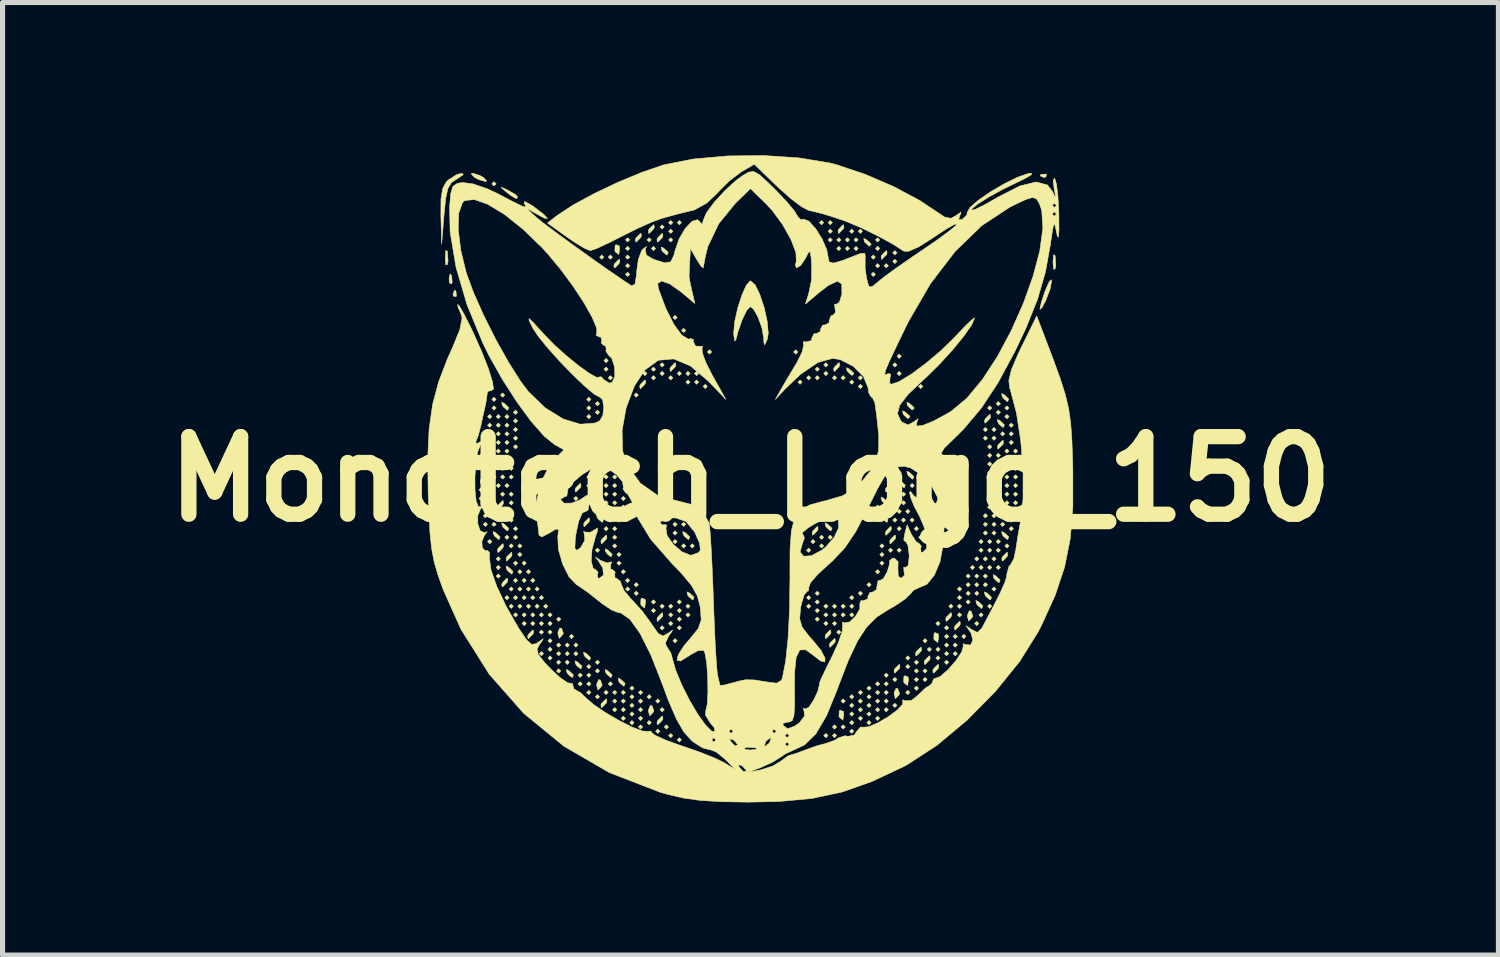
<source format=kicad_pcb>
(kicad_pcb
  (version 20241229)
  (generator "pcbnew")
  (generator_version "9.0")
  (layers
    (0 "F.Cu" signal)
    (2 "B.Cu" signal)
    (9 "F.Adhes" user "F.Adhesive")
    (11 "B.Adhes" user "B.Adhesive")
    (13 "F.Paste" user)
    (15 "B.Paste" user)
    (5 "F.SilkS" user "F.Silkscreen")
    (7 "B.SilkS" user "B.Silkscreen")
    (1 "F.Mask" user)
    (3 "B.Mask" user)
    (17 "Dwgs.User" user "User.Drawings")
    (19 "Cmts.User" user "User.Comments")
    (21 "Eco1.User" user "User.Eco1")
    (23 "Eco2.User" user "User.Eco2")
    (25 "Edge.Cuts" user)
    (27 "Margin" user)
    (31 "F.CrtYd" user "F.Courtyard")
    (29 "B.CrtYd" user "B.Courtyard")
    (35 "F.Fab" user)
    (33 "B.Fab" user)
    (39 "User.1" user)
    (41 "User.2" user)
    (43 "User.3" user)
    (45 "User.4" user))
  (footprint "Monotech_Logo_150"
    (layer "F.Cu")
    (at 11.691 6.361)
    (property "Reference" "Monotech_Logo_150" (at 0 0 0) (layer "F.SilkS") (effects (font (size 1.524 1.524) (thickness 0.3))))
    (attr through_hole)
    (fp_poly (pts (xy -5.249 0.212) (xy -5.292 0.254) (xy -5.334 0.212) (xy -5.292 0.169) (xy -5.249 0.212)) (stroke (width 0.01) (type solid)) (fill yes) (layer "F.SilkS"))
    (fp_poly (pts (xy -5.249 0.381) (xy -5.292 0.423) (xy -5.334 0.381) (xy -5.292 0.339) (xy -5.249 0.381)) (stroke (width 0.01) (type solid)) (fill yes) (layer "F.SilkS"))
    (fp_poly (pts (xy -5.165 -0.212) (xy -5.207 -0.169) (xy -5.249 -0.212) (xy -5.207 -0.254) (xy -5.165 -0.212)) (stroke (width 0.01) (type solid)) (fill yes) (layer "F.SilkS"))
    (fp_poly (pts (xy -5.165 0.72) (xy -5.207 0.762) (xy -5.249 0.72) (xy -5.207 0.677) (xy -5.165 0.72)) (stroke (width 0.01) (type solid)) (fill yes) (layer "F.SilkS"))
    (fp_poly (pts (xy -5.165 0.889) (xy -5.207 0.931) (xy -5.249 0.889) (xy -5.207 0.847) (xy -5.165 0.889)) (stroke (width 0.01) (type solid)) (fill yes) (layer "F.SilkS"))
    (fp_poly (pts (xy -5.08 -1.228) (xy -5.122 -1.185) (xy -5.165 -1.228) (xy -5.122 -1.27) (xy -5.08 -1.228)) (stroke (width 0.01) (type solid)) (fill yes) (layer "F.SilkS"))
    (fp_poly (pts (xy -5.08 -1.058) (xy -5.122 -1.016) (xy -5.165 -1.058) (xy -5.122 -1.101) (xy -5.08 -1.058)) (stroke (width 0.01) (type solid)) (fill yes) (layer "F.SilkS"))
    (fp_poly (pts (xy -5.08 -0.889) (xy -5.122 -0.847) (xy -5.165 -0.889) (xy -5.122 -0.931) (xy -5.08 -0.889)) (stroke (width 0.01) (type solid)) (fill yes) (layer "F.SilkS"))
    (fp_poly (pts (xy -5.08 -0.72) (xy -5.122 -0.677) (xy -5.165 -0.72) (xy -5.122 -0.762) (xy -5.08 -0.72)) (stroke (width 0.01) (type solid)) (fill yes) (layer "F.SilkS"))
    (fp_poly (pts (xy -5.08 -0.55) (xy -5.122 -0.508) (xy -5.165 -0.55) (xy -5.122 -0.593) (xy -5.08 -0.55)) (stroke (width 0.01) (type solid)) (fill yes) (layer "F.SilkS"))
    (fp_poly (pts (xy -5.08 0.127) (xy -5.122 0.169) (xy -5.165 0.127) (xy -5.122 0.085) (xy -5.08 0.127)) (stroke (width 0.01) (type solid)) (fill yes) (layer "F.SilkS"))
    (fp_poly (pts (xy -5.08 0.55) (xy -5.122 0.593) (xy -5.165 0.55) (xy -5.122 0.508) (xy -5.08 0.55)) (stroke (width 0.01) (type solid)) (fill yes) (layer "F.SilkS"))
    (fp_poly (pts (xy -5.08 1.228) (xy -5.122 1.27) (xy -5.165 1.228) (xy -5.122 1.185) (xy -5.08 1.228)) (stroke (width 0.01) (type solid)) (fill yes) (layer "F.SilkS"))
    (fp_poly (pts (xy -4.995 -5.8) (xy -5.038 -5.757) (xy -5.08 -5.8) (xy -5.038 -5.842) (xy -4.995 -5.8)) (stroke (width 0.01) (type solid)) (fill yes) (layer "F.SilkS"))
    (fp_poly (pts (xy -4.995 -1.566) (xy -5.038 -1.524) (xy -5.08 -1.566) (xy -5.038 -1.609) (xy -4.995 -1.566)) (stroke (width 0.01) (type solid)) (fill yes) (layer "F.SilkS"))
    (fp_poly (pts (xy -4.995 -1.397) (xy -5.038 -1.355) (xy -5.08 -1.397) (xy -5.038 -1.439) (xy -4.995 -1.397)) (stroke (width 0.01) (type solid)) (fill yes) (layer "F.SilkS"))
    (fp_poly (pts (xy -4.995 -0.381) (xy -5.038 -0.339) (xy -5.08 -0.381) (xy -5.038 -0.423) (xy -4.995 -0.381)) (stroke (width 0.01) (type solid)) (fill yes) (layer "F.SilkS"))
    (fp_poly (pts (xy -4.995 -0.212) (xy -5.038 -0.169) (xy -5.08 -0.212) (xy -5.038 -0.254) (xy -4.995 -0.212)) (stroke (width 0.01) (type solid)) (fill yes) (layer "F.SilkS"))
    (fp_poly (pts (xy -4.995 -0.042) (xy -5.038 0) (xy -5.08 -0.042) (xy -5.038 -0.085) (xy -4.995 -0.042)) (stroke (width 0.01) (type solid)) (fill yes) (layer "F.SilkS"))
    (fp_poly (pts (xy -4.995 0.72) (xy -5.038 0.762) (xy -5.08 0.72) (xy -5.038 0.677) (xy -4.995 0.72)) (stroke (width 0.01) (type solid)) (fill yes) (layer "F.SilkS"))
    (fp_poly (pts (xy -4.995 0.889) (xy -5.038 0.931) (xy -5.08 0.889) (xy -5.038 0.847) (xy -4.995 0.889)) (stroke (width 0.01) (type solid)) (fill yes) (layer "F.SilkS"))
    (fp_poly (pts (xy -4.911 -1.228) (xy -4.953 -1.185) (xy -4.995 -1.228) (xy -4.953 -1.27) (xy -4.911 -1.228)) (stroke (width 0.01) (type solid)) (fill yes) (layer "F.SilkS"))
    (fp_poly (pts (xy -4.911 -1.058) (xy -4.953 -1.016) (xy -4.995 -1.058) (xy -4.953 -1.101) (xy -4.911 -1.058)) (stroke (width 0.01) (type solid)) (fill yes) (layer "F.SilkS"))
    (fp_poly (pts (xy -4.911 -0.889) (xy -4.953 -0.847) (xy -4.995 -0.889) (xy -4.953 -0.931) (xy -4.911 -0.889)) (stroke (width 0.01) (type solid)) (fill yes) (layer "F.SilkS"))
    (fp_poly (pts (xy -4.911 -0.72) (xy -4.953 -0.677) (xy -4.995 -0.72) (xy -4.953 -0.762) (xy -4.911 -0.72)) (stroke (width 0.01) (type solid)) (fill yes) (layer "F.SilkS"))
    (fp_poly (pts (xy -4.911 -0.55) (xy -4.953 -0.508) (xy -4.995 -0.55) (xy -4.953 -0.593) (xy -4.911 -0.55)) (stroke (width 0.01) (type solid)) (fill yes) (layer "F.SilkS"))
    (fp_poly (pts (xy -4.911 0.127) (xy -4.953 0.169) (xy -4.995 0.127) (xy -4.953 0.085) (xy -4.911 0.127)) (stroke (width 0.01) (type solid)) (fill yes) (layer "F.SilkS"))
    (fp_poly (pts (xy -4.911 1.566) (xy -4.953 1.609) (xy -4.995 1.566) (xy -4.953 1.524) (xy -4.911 1.566)) (stroke (width 0.01) (type solid)) (fill yes) (layer "F.SilkS"))
    (fp_poly (pts (xy -4.911 1.736) (xy -4.953 1.778) (xy -4.995 1.736) (xy -4.953 1.693) (xy -4.911 1.736)) (stroke (width 0.01) (type solid)) (fill yes) (layer "F.SilkS"))
    (fp_poly (pts (xy -4.911 1.905) (xy -4.953 1.947) (xy -4.995 1.905) (xy -4.953 1.863) (xy -4.911 1.905)) (stroke (width 0.01) (type solid)) (fill yes) (layer "F.SilkS"))
    (fp_poly (pts (xy -4.826 -1.651) (xy -4.868 -1.609) (xy -4.911 -1.651) (xy -4.868 -1.693) (xy -4.826 -1.651)) (stroke (width 0.01) (type solid)) (fill yes) (layer "F.SilkS"))
    (fp_poly (pts (xy -4.826 -0.381) (xy -4.868 -0.339) (xy -4.911 -0.381) (xy -4.868 -0.423) (xy -4.826 -0.381)) (stroke (width 0.01) (type solid)) (fill yes) (layer "F.SilkS"))
    (fp_poly (pts (xy -4.826 -0.212) (xy -4.868 -0.169) (xy -4.911 -0.212) (xy -4.868 -0.254) (xy -4.826 -0.212)) (stroke (width 0.01) (type solid)) (fill yes) (layer "F.SilkS"))
    (fp_poly (pts (xy -4.826 -0.042) (xy -4.868 0) (xy -4.911 -0.042) (xy -4.868 -0.085) (xy -4.826 -0.042)) (stroke (width 0.01) (type solid)) (fill yes) (layer "F.SilkS"))
    (fp_poly (pts (xy -4.826 0.296) (xy -4.868 0.339) (xy -4.911 0.296) (xy -4.868 0.254) (xy -4.826 0.296)) (stroke (width 0.01) (type solid)) (fill yes) (layer "F.SilkS"))
    (fp_poly (pts (xy -4.826 0.72) (xy -4.868 0.762) (xy -4.911 0.72) (xy -4.868 0.677) (xy -4.826 0.72)) (stroke (width 0.01) (type solid)) (fill yes) (layer "F.SilkS"))
    (fp_poly (pts (xy -4.741 -1.228) (xy -4.784 -1.185) (xy -4.826 -1.228) (xy -4.784 -1.27) (xy -4.741 -1.228)) (stroke (width 0.01) (type solid)) (fill yes) (layer "F.SilkS"))
    (fp_poly (pts (xy -4.741 -1.058) (xy -4.784 -1.016) (xy -4.826 -1.058) (xy -4.784 -1.101) (xy -4.741 -1.058)) (stroke (width 0.01) (type solid)) (fill yes) (layer "F.SilkS"))
    (fp_poly (pts (xy -4.741 -0.889) (xy -4.784 -0.847) (xy -4.826 -0.889) (xy -4.784 -0.931) (xy -4.741 -0.889)) (stroke (width 0.01) (type solid)) (fill yes) (layer "F.SilkS"))
    (fp_poly (pts (xy -4.741 -0.72) (xy -4.784 -0.677) (xy -4.826 -0.72) (xy -4.784 -0.762) (xy -4.741 -0.72)) (stroke (width 0.01) (type solid)) (fill yes) (layer "F.SilkS"))
    (fp_poly (pts (xy -4.741 -0.55) (xy -4.784 -0.508) (xy -4.826 -0.55) (xy -4.784 -0.593) (xy -4.741 -0.55)) (stroke (width 0.01) (type solid)) (fill yes) (layer "F.SilkS"))
    (fp_poly (pts (xy -4.741 0.127) (xy -4.784 0.169) (xy -4.826 0.127) (xy -4.784 0.085) (xy -4.741 0.127)) (stroke (width 0.01) (type solid)) (fill yes) (layer "F.SilkS"))
    (fp_poly (pts (xy -4.741 1.143) (xy -4.784 1.185) (xy -4.826 1.143) (xy -4.784 1.101) (xy -4.741 1.143)) (stroke (width 0.01) (type solid)) (fill yes) (layer "F.SilkS"))
    (fp_poly (pts (xy -4.741 2.328) (xy -4.784 2.371) (xy -4.826 2.328) (xy -4.784 2.286) (xy -4.741 2.328)) (stroke (width 0.01) (type solid)) (fill yes) (layer "F.SilkS"))
    (fp_poly (pts (xy -4.657 -0.381) (xy -4.699 -0.339) (xy -4.741 -0.381) (xy -4.699 -0.423) (xy -4.657 -0.381)) (stroke (width 0.01) (type solid)) (fill yes) (layer "F.SilkS"))
    (fp_poly (pts (xy -4.657 -0.212) (xy -4.699 -0.169) (xy -4.741 -0.212) (xy -4.699 -0.254) (xy -4.657 -0.212)) (stroke (width 0.01) (type solid)) (fill yes) (layer "F.SilkS"))
    (fp_poly (pts (xy -4.657 -0.042) (xy -4.699 0) (xy -4.741 -0.042) (xy -4.699 -0.085) (xy -4.657 -0.042)) (stroke (width 0.01) (type solid)) (fill yes) (layer "F.SilkS"))
    (fp_poly (pts (xy -4.657 0.296) (xy -4.699 0.339) (xy -4.741 0.296) (xy -4.699 0.254) (xy -4.657 0.296)) (stroke (width 0.01) (type solid)) (fill yes) (layer "F.SilkS"))
    (fp_poly (pts (xy -4.657 0.466) (xy -4.699 0.508) (xy -4.741 0.466) (xy -4.699 0.423) (xy -4.657 0.466)) (stroke (width 0.01) (type solid)) (fill yes) (layer "F.SilkS"))
    (fp_poly (pts (xy -4.657 0.635) (xy -4.699 0.677) (xy -4.741 0.635) (xy -4.699 0.593) (xy -4.657 0.635)) (stroke (width 0.01) (type solid)) (fill yes) (layer "F.SilkS"))
    (fp_poly (pts (xy -4.657 0.804) (xy -4.699 0.847) (xy -4.741 0.804) (xy -4.699 0.762) (xy -4.657 0.804)) (stroke (width 0.01) (type solid)) (fill yes) (layer "F.SilkS"))
    (fp_poly (pts (xy -4.657 1.312) (xy -4.699 1.355) (xy -4.741 1.312) (xy -4.699 1.27) (xy -4.657 1.312)) (stroke (width 0.01) (type solid)) (fill yes) (layer "F.SilkS"))
    (fp_poly (pts (xy -4.657 2.159) (xy -4.699 2.201) (xy -4.741 2.159) (xy -4.699 2.117) (xy -4.657 2.159)) (stroke (width 0.01) (type solid)) (fill yes) (layer "F.SilkS"))
    (fp_poly (pts (xy -4.657 2.498) (xy -4.699 2.54) (xy -4.741 2.498) (xy -4.699 2.455) (xy -4.657 2.498)) (stroke (width 0.01) (type solid)) (fill yes) (layer "F.SilkS"))
    (fp_poly (pts (xy -4.572 -1.312) (xy -4.614 -1.27) (xy -4.657 -1.312) (xy -4.614 -1.355) (xy -4.572 -1.312)) (stroke (width 0.01) (type solid)) (fill yes) (layer "F.SilkS"))
    (fp_poly (pts (xy -4.572 -1.143) (xy -4.614 -1.101) (xy -4.657 -1.143) (xy -4.614 -1.185) (xy -4.572 -1.143)) (stroke (width 0.01) (type solid)) (fill yes) (layer "F.SilkS"))
    (fp_poly (pts (xy -4.572 -0.974) (xy -4.614 -0.931) (xy -4.657 -0.974) (xy -4.614 -1.016) (xy -4.572 -0.974)) (stroke (width 0.01) (type solid)) (fill yes) (layer "F.SilkS"))
    (fp_poly (pts (xy -4.572 -0.804) (xy -4.614 -0.762) (xy -4.657 -0.804) (xy -4.614 -0.847) (xy -4.572 -0.804)) (stroke (width 0.01) (type solid)) (fill yes) (layer "F.SilkS"))
    (fp_poly (pts (xy -4.572 -0.635) (xy -4.614 -0.593) (xy -4.657 -0.635) (xy -4.614 -0.677) (xy -4.572 -0.635)) (stroke (width 0.01) (type solid)) (fill yes) (layer "F.SilkS"))
    (fp_poly (pts (xy -4.572 0.974) (xy -4.614 1.016) (xy -4.657 0.974) (xy -4.614 0.931) (xy -4.572 0.974)) (stroke (width 0.01) (type solid)) (fill yes) (layer "F.SilkS"))
    (fp_poly (pts (xy -4.572 1.143) (xy -4.614 1.185) (xy -4.657 1.143) (xy -4.614 1.101) (xy -4.572 1.143)) (stroke (width 0.01) (type solid)) (fill yes) (layer "F.SilkS"))
    (fp_poly (pts (xy -4.572 1.651) (xy -4.614 1.693) (xy -4.657 1.651) (xy -4.614 1.609) (xy -4.572 1.651)) (stroke (width 0.01) (type solid)) (fill yes) (layer "F.SilkS"))
    (fp_poly (pts (xy -4.572 1.99) (xy -4.614 2.032) (xy -4.657 1.99) (xy -4.614 1.947) (xy -4.572 1.99)) (stroke (width 0.01) (type solid)) (fill yes) (layer "F.SilkS"))
    (fp_poly (pts (xy -4.572 2.328) (xy -4.614 2.371) (xy -4.657 2.328) (xy -4.614 2.286) (xy -4.572 2.328)) (stroke (width 0.01) (type solid)) (fill yes) (layer "F.SilkS"))
    (fp_poly (pts (xy -4.572 2.667) (xy -4.614 2.709) (xy -4.657 2.667) (xy -4.614 2.625) (xy -4.572 2.667)) (stroke (width 0.01) (type solid)) (fill yes) (layer "F.SilkS"))
    (fp_poly (pts (xy -4.487 1.312) (xy -4.53 1.355) (xy -4.572 1.312) (xy -4.53 1.27) (xy -4.487 1.312)) (stroke (width 0.01) (type solid)) (fill yes) (layer "F.SilkS"))
    (fp_poly (pts (xy -4.487 1.482) (xy -4.53 1.524) (xy -4.572 1.482) (xy -4.53 1.439) (xy -4.487 1.482)) (stroke (width 0.01) (type solid)) (fill yes) (layer "F.SilkS"))
    (fp_poly (pts (xy -4.487 1.82) (xy -4.53 1.863) (xy -4.572 1.82) (xy -4.53 1.778) (xy -4.487 1.82)) (stroke (width 0.01) (type solid)) (fill yes) (layer "F.SilkS"))
    (fp_poly (pts (xy -4.487 2.159) (xy -4.53 2.201) (xy -4.572 2.159) (xy -4.53 2.117) (xy -4.487 2.159)) (stroke (width 0.01) (type solid)) (fill yes) (layer "F.SilkS"))
    (fp_poly (pts (xy -4.487 2.498) (xy -4.53 2.54) (xy -4.572 2.498) (xy -4.53 2.455) (xy -4.487 2.498)) (stroke (width 0.01) (type solid)) (fill yes) (layer "F.SilkS"))
    (fp_poly (pts (xy -4.403 1.651) (xy -4.445 1.693) (xy -4.487 1.651) (xy -4.445 1.609) (xy -4.403 1.651)) (stroke (width 0.01) (type solid)) (fill yes) (layer "F.SilkS"))
    (fp_poly (pts (xy -4.403 1.99) (xy -4.445 2.032) (xy -4.487 1.99) (xy -4.445 1.947) (xy -4.403 1.99)) (stroke (width 0.01) (type solid)) (fill yes) (layer "F.SilkS"))
    (fp_poly (pts (xy -4.403 2.328) (xy -4.445 2.371) (xy -4.487 2.328) (xy -4.445 2.286) (xy -4.403 2.328)) (stroke (width 0.01) (type solid)) (fill yes) (layer "F.SilkS"))
    (fp_poly (pts (xy -4.403 2.667) (xy -4.445 2.709) (xy -4.487 2.667) (xy -4.445 2.625) (xy -4.403 2.667)) (stroke (width 0.01) (type solid)) (fill yes) (layer "F.SilkS"))
    (fp_poly (pts (xy -4.403 2.836) (xy -4.445 2.879) (xy -4.487 2.836) (xy -4.445 2.794) (xy -4.403 2.836)) (stroke (width 0.01) (type solid)) (fill yes) (layer "F.SilkS"))
    (fp_poly (pts (xy -4.318 1.82) (xy -4.36 1.863) (xy -4.403 1.82) (xy -4.36 1.778) (xy -4.318 1.82)) (stroke (width 0.01) (type solid)) (fill yes) (layer "F.SilkS"))
    (fp_poly (pts (xy -4.318 2.159) (xy -4.36 2.201) (xy -4.403 2.159) (xy -4.36 2.117) (xy -4.318 2.159)) (stroke (width 0.01) (type solid)) (fill yes) (layer "F.SilkS"))
    (fp_poly (pts (xy -4.318 2.498) (xy -4.36 2.54) (xy -4.403 2.498) (xy -4.36 2.455) (xy -4.318 2.498)) (stroke (width 0.01) (type solid)) (fill yes) (layer "F.SilkS"))
    (fp_poly (pts (xy -4.233 1.99) (xy -4.276 2.032) (xy -4.318 1.99) (xy -4.276 1.947) (xy -4.233 1.99)) (stroke (width 0.01) (type solid)) (fill yes) (layer "F.SilkS"))
    (fp_poly (pts (xy -4.233 2.328) (xy -4.276 2.371) (xy -4.318 2.328) (xy -4.276 2.286) (xy -4.233 2.328)) (stroke (width 0.01) (type solid)) (fill yes) (layer "F.SilkS"))
    (fp_poly (pts (xy -4.233 2.667) (xy -4.276 2.709) (xy -4.318 2.667) (xy -4.276 2.625) (xy -4.233 2.667)) (stroke (width 0.01) (type solid)) (fill yes) (layer "F.SilkS"))
    (fp_poly (pts (xy -4.233 2.836) (xy -4.276 2.879) (xy -4.318 2.836) (xy -4.276 2.794) (xy -4.233 2.836)) (stroke (width 0.01) (type solid)) (fill yes) (layer "F.SilkS"))
    (fp_poly (pts (xy -4.149 2.159) (xy -4.191 2.201) (xy -4.233 2.159) (xy -4.191 2.117) (xy -4.149 2.159)) (stroke (width 0.01) (type solid)) (fill yes) (layer "F.SilkS"))
    (fp_poly (pts (xy -4.149 2.498) (xy -4.191 2.54) (xy -4.233 2.498) (xy -4.191 2.455) (xy -4.149 2.498)) (stroke (width 0.01) (type solid)) (fill yes) (layer "F.SilkS"))
    (fp_poly (pts (xy -4.064 2.328) (xy -4.106 2.371) (xy -4.149 2.328) (xy -4.106 2.286) (xy -4.064 2.328)) (stroke (width 0.01) (type solid)) (fill yes) (layer "F.SilkS"))
    (fp_poly (pts (xy -4.064 2.667) (xy -4.106 2.709) (xy -4.149 2.667) (xy -4.106 2.625) (xy -4.064 2.667)) (stroke (width 0.01) (type solid)) (fill yes) (layer "F.SilkS"))
    (fp_poly (pts (xy -4.064 2.836) (xy -4.106 2.879) (xy -4.149 2.836) (xy -4.106 2.794) (xy -4.064 2.836)) (stroke (width 0.01) (type solid)) (fill yes) (layer "F.SilkS"))
    (fp_poly (pts (xy -4.064 3.006) (xy -4.106 3.048) (xy -4.149 3.006) (xy -4.106 2.963) (xy -4.064 3.006)) (stroke (width 0.01) (type solid)) (fill yes) (layer "F.SilkS"))
    (fp_poly (pts (xy -4.064 3.429) (xy -4.106 3.471) (xy -4.149 3.429) (xy -4.106 3.387) (xy -4.064 3.429)) (stroke (width 0.01) (type solid)) (fill yes) (layer "F.SilkS"))
    (fp_poly (pts (xy -3.979 2.498) (xy -4.022 2.54) (xy -4.064 2.498) (xy -4.022 2.455) (xy -3.979 2.498)) (stroke (width 0.01) (type solid)) (fill yes) (layer "F.SilkS"))
    (fp_poly (pts (xy -3.895 2.667) (xy -3.937 2.709) (xy -3.979 2.667) (xy -3.937 2.625) (xy -3.895 2.667)) (stroke (width 0.01) (type solid)) (fill yes) (layer "F.SilkS"))
    (fp_poly (pts (xy -3.895 2.836) (xy -3.937 2.879) (xy -3.979 2.836) (xy -3.937 2.794) (xy -3.895 2.836)) (stroke (width 0.01) (type solid)) (fill yes) (layer "F.SilkS"))
    (fp_poly (pts (xy -3.895 3.006) (xy -3.937 3.048) (xy -3.979 3.006) (xy -3.937 2.963) (xy -3.895 3.006)) (stroke (width 0.01) (type solid)) (fill yes) (layer "F.SilkS"))
    (fp_poly (pts (xy -3.895 3.175) (xy -3.937 3.217) (xy -3.979 3.175) (xy -3.937 3.133) (xy -3.895 3.175)) (stroke (width 0.01) (type solid)) (fill yes) (layer "F.SilkS"))
    (fp_poly (pts (xy -3.895 3.344) (xy -3.937 3.387) (xy -3.979 3.344) (xy -3.937 3.302) (xy -3.895 3.344)) (stroke (width 0.01) (type solid)) (fill yes) (layer "F.SilkS"))
    (fp_poly (pts (xy -3.895 3.514) (xy -3.937 3.556) (xy -3.979 3.514) (xy -3.937 3.471) (xy -3.895 3.514)) (stroke (width 0.01) (type solid)) (fill yes) (layer "F.SilkS"))
    (fp_poly (pts (xy -3.725 2.752) (xy -3.768 2.794) (xy -3.81 2.752) (xy -3.768 2.709) (xy -3.725 2.752)) (stroke (width 0.01) (type solid)) (fill yes) (layer "F.SilkS"))
    (fp_poly (pts (xy -3.725 3.26) (xy -3.768 3.302) (xy -3.81 3.26) (xy -3.768 3.217) (xy -3.725 3.26)) (stroke (width 0.01) (type solid)) (fill yes) (layer "F.SilkS"))
    (fp_poly (pts (xy -3.725 3.429) (xy -3.768 3.471) (xy -3.81 3.429) (xy -3.768 3.387) (xy -3.725 3.429)) (stroke (width 0.01) (type solid)) (fill yes) (layer "F.SilkS"))
    (fp_poly (pts (xy -3.725 3.598) (xy -3.768 3.641) (xy -3.81 3.598) (xy -3.768 3.556) (xy -3.725 3.598)) (stroke (width 0.01) (type solid)) (fill yes) (layer "F.SilkS"))
    (fp_poly (pts (xy -3.725 3.768) (xy -3.768 3.81) (xy -3.81 3.768) (xy -3.768 3.725) (xy -3.725 3.768)) (stroke (width 0.01) (type solid)) (fill yes) (layer "F.SilkS"))
    (fp_poly (pts (xy -3.556 3.26) (xy -3.598 3.302) (xy -3.641 3.26) (xy -3.598 3.217) (xy -3.556 3.26)) (stroke (width 0.01) (type solid)) (fill yes) (layer "F.SilkS"))
    (fp_poly (pts (xy -3.556 3.429) (xy -3.598 3.471) (xy -3.641 3.429) (xy -3.598 3.387) (xy -3.556 3.429)) (stroke (width 0.01) (type solid)) (fill yes) (layer "F.SilkS"))
    (fp_poly (pts (xy -3.556 3.598) (xy -3.598 3.641) (xy -3.641 3.598) (xy -3.598 3.556) (xy -3.556 3.598)) (stroke (width 0.01) (type solid)) (fill yes) (layer "F.SilkS"))
    (fp_poly (pts (xy -3.471 3.09) (xy -3.514 3.133) (xy -3.556 3.09) (xy -3.514 3.048) (xy -3.471 3.09)) (stroke (width 0.01) (type solid)) (fill yes) (layer "F.SilkS"))
    (fp_poly (pts (xy -3.387 0.381) (xy -3.429 0.423) (xy -3.471 0.381) (xy -3.429 0.339) (xy -3.387 0.381)) (stroke (width 0.01) (type solid)) (fill yes) (layer "F.SilkS"))
    (fp_poly (pts (xy -3.387 3.26) (xy -3.429 3.302) (xy -3.471 3.26) (xy -3.429 3.217) (xy -3.387 3.26)) (stroke (width 0.01) (type solid)) (fill yes) (layer "F.SilkS"))
    (fp_poly (pts (xy -3.387 3.429) (xy -3.429 3.471) (xy -3.471 3.429) (xy -3.429 3.387) (xy -3.387 3.429)) (stroke (width 0.01) (type solid)) (fill yes) (layer "F.SilkS"))
    (fp_poly (pts (xy -3.302 3.852) (xy -3.344 3.895) (xy -3.387 3.852) (xy -3.344 3.81) (xy -3.302 3.852)) (stroke (width 0.01) (type solid)) (fill yes) (layer "F.SilkS"))
    (fp_poly (pts (xy -3.302 4.022) (xy -3.344 4.064) (xy -3.387 4.022) (xy -3.344 3.979) (xy -3.302 4.022)) (stroke (width 0.01) (type solid)) (fill yes) (layer "F.SilkS"))
    (fp_poly (pts (xy -3.133 -1.566) (xy -3.175 -1.524) (xy -3.217 -1.566) (xy -3.175 -1.609) (xy -3.133 -1.566)) (stroke (width 0.01) (type solid)) (fill yes) (layer "F.SilkS"))
    (fp_poly (pts (xy -3.133 -1.397) (xy -3.175 -1.355) (xy -3.217 -1.397) (xy -3.175 -1.439) (xy -3.133 -1.397)) (stroke (width 0.01) (type solid)) (fill yes) (layer "F.SilkS"))
    (fp_poly (pts (xy -3.133 -1.228) (xy -3.175 -1.185) (xy -3.217 -1.228) (xy -3.175 -1.27) (xy -3.133 -1.228)) (stroke (width 0.01) (type solid)) (fill yes) (layer "F.SilkS"))
    (fp_poly (pts (xy -3.133 -0.042) (xy -3.175 0) (xy -3.217 -0.042) (xy -3.175 -0.085) (xy -3.133 -0.042)) (stroke (width 0.01) (type solid)) (fill yes) (layer "F.SilkS"))
    (fp_poly (pts (xy -3.133 0.127) (xy -3.175 0.169) (xy -3.217 0.127) (xy -3.175 0.085) (xy -3.133 0.127)) (stroke (width 0.01) (type solid)) (fill yes) (layer "F.SilkS"))
    (fp_poly (pts (xy -3.133 3.683) (xy -3.175 3.725) (xy -3.217 3.683) (xy -3.175 3.641) (xy -3.133 3.683)) (stroke (width 0.01) (type solid)) (fill yes) (layer "F.SilkS"))
    (fp_poly (pts (xy -3.133 3.852) (xy -3.175 3.895) (xy -3.217 3.852) (xy -3.175 3.81) (xy -3.133 3.852)) (stroke (width 0.01) (type solid)) (fill yes) (layer "F.SilkS"))
    (fp_poly (pts (xy -3.133 4.022) (xy -3.175 4.064) (xy -3.217 4.022) (xy -3.175 3.979) (xy -3.133 4.022)) (stroke (width 0.01) (type solid)) (fill yes) (layer "F.SilkS"))
    (fp_poly (pts (xy -3.133 4.191) (xy -3.175 4.233) (xy -3.217 4.191) (xy -3.175 4.149) (xy -3.133 4.191)) (stroke (width 0.01) (type solid)) (fill yes) (layer "F.SilkS"))
    (fp_poly (pts (xy -2.963 -1.482) (xy -3.006 -1.439) (xy -3.048 -1.482) (xy -3.006 -1.524) (xy -2.963 -1.482)) (stroke (width 0.01) (type solid)) (fill yes) (layer "F.SilkS"))
    (fp_poly (pts (xy -2.963 -1.312) (xy -3.006 -1.27) (xy -3.048 -1.312) (xy -3.006 -1.355) (xy -2.963 -1.312)) (stroke (width 0.01) (type solid)) (fill yes) (layer "F.SilkS"))
    (fp_poly (pts (xy -2.963 -0.127) (xy -3.006 -0.085) (xy -3.048 -0.127) (xy -3.006 -0.169) (xy -2.963 -0.127)) (stroke (width 0.01) (type solid)) (fill yes) (layer "F.SilkS"))
    (fp_poly (pts (xy -2.963 0.042) (xy -3.006 0.085) (xy -3.048 0.042) (xy -3.006 0) (xy -2.963 0.042)) (stroke (width 0.01) (type solid)) (fill yes) (layer "F.SilkS"))
    (fp_poly (pts (xy -2.963 0.212) (xy -3.006 0.254) (xy -3.048 0.212) (xy -3.006 0.169) (xy -2.963 0.212)) (stroke (width 0.01) (type solid)) (fill yes) (layer "F.SilkS"))
    (fp_poly (pts (xy -2.963 0.381) (xy -3.006 0.423) (xy -3.048 0.381) (xy -3.006 0.339) (xy -2.963 0.381)) (stroke (width 0.01) (type solid)) (fill yes) (layer "F.SilkS"))
    (fp_poly (pts (xy -2.963 0.55) (xy -3.006 0.593) (xy -3.048 0.55) (xy -3.006 0.508) (xy -2.963 0.55)) (stroke (width 0.01) (type solid)) (fill yes) (layer "F.SilkS"))
    (fp_poly (pts (xy -2.963 1.397) (xy -3.006 1.439) (xy -3.048 1.397) (xy -3.006 1.355) (xy -2.963 1.397)) (stroke (width 0.01) (type solid)) (fill yes) (layer "F.SilkS"))
    (fp_poly (pts (xy -2.963 3.598) (xy -3.006 3.641) (xy -3.048 3.598) (xy -3.006 3.556) (xy -2.963 3.598)) (stroke (width 0.01) (type solid)) (fill yes) (layer "F.SilkS"))
    (fp_poly (pts (xy -2.963 3.768) (xy -3.006 3.81) (xy -3.048 3.768) (xy -3.006 3.725) (xy -2.963 3.768)) (stroke (width 0.01) (type solid)) (fill yes) (layer "F.SilkS"))
    (fp_poly (pts (xy -2.963 4.276) (xy -3.006 4.318) (xy -3.048 4.276) (xy -3.006 4.233) (xy -2.963 4.276)) (stroke (width 0.01) (type solid)) (fill yes) (layer "F.SilkS"))
    (fp_poly (pts (xy -2.879 -4.36) (xy -2.921 -4.318) (xy -2.963 -4.36) (xy -2.921 -4.403) (xy -2.879 -4.36)) (stroke (width 0.01) (type solid)) (fill yes) (layer "F.SilkS"))
    (fp_poly (pts (xy -2.794 -2.328) (xy -2.836 -2.286) (xy -2.879 -2.328) (xy -2.836 -2.371) (xy -2.794 -2.328)) (stroke (width 0.01) (type solid)) (fill yes) (layer "F.SilkS"))
    (fp_poly (pts (xy -2.794 -2.159) (xy -2.836 -2.117) (xy -2.879 -2.159) (xy -2.836 -2.201) (xy -2.794 -2.159)) (stroke (width 0.01) (type solid)) (fill yes) (layer "F.SilkS"))
    (fp_poly (pts (xy -2.794 -0.042) (xy -2.836 0) (xy -2.879 -0.042) (xy -2.836 -0.085) (xy -2.794 -0.042)) (stroke (width 0.01) (type solid)) (fill yes) (layer "F.SilkS"))
    (fp_poly (pts (xy -2.794 0.127) (xy -2.836 0.169) (xy -2.879 0.127) (xy -2.836 0.085) (xy -2.794 0.127)) (stroke (width 0.01) (type solid)) (fill yes) (layer "F.SilkS"))
    (fp_poly (pts (xy -2.794 0.296) (xy -2.836 0.339) (xy -2.879 0.296) (xy -2.836 0.254) (xy -2.794 0.296)) (stroke (width 0.01) (type solid)) (fill yes) (layer "F.SilkS"))
    (fp_poly (pts (xy -2.794 0.466) (xy -2.836 0.508) (xy -2.879 0.466) (xy -2.836 0.423) (xy -2.794 0.466)) (stroke (width 0.01) (type solid)) (fill yes) (layer "F.SilkS"))
    (fp_poly (pts (xy -2.794 0.635) (xy -2.836 0.677) (xy -2.879 0.635) (xy -2.836 0.593) (xy -2.794 0.635)) (stroke (width 0.01) (type solid)) (fill yes) (layer "F.SilkS"))
    (fp_poly (pts (xy -2.794 0.974) (xy -2.836 1.016) (xy -2.879 0.974) (xy -2.836 0.931) (xy -2.794 0.974)) (stroke (width 0.01) (type solid)) (fill yes) (layer "F.SilkS"))
    (fp_poly (pts (xy -2.794 4.191) (xy -2.836 4.233) (xy -2.879 4.191) (xy -2.836 4.149) (xy -2.794 4.191)) (stroke (width 0.01) (type solid)) (fill yes) (layer "F.SilkS"))
    (fp_poly (pts (xy -2.709 -4.36) (xy -2.752 -4.318) (xy -2.794 -4.36) (xy -2.752 -4.403) (xy -2.709 -4.36)) (stroke (width 0.01) (type solid)) (fill yes) (layer "F.SilkS"))
    (fp_poly (pts (xy -2.709 -1.99) (xy -2.752 -1.947) (xy -2.794 -1.99) (xy -2.752 -2.032) (xy -2.709 -1.99)) (stroke (width 0.01) (type solid)) (fill yes) (layer "F.SilkS"))
    (fp_poly (pts (xy -2.709 0.804) (xy -2.752 0.847) (xy -2.794 0.804) (xy -2.752 0.762) (xy -2.709 0.804)) (stroke (width 0.01) (type solid)) (fill yes) (layer "F.SilkS"))
    (fp_poly (pts (xy -2.709 4.022) (xy -2.752 4.064) (xy -2.794 4.022) (xy -2.752 3.979) (xy -2.709 4.022)) (stroke (width 0.01) (type solid)) (fill yes) (layer "F.SilkS"))
    (fp_poly (pts (xy -2.625 -0.042) (xy -2.667 0) (xy -2.709 -0.042) (xy -2.667 -0.085) (xy -2.625 -0.042)) (stroke (width 0.01) (type solid)) (fill yes) (layer "F.SilkS"))
    (fp_poly (pts (xy -2.625 0.127) (xy -2.667 0.169) (xy -2.709 0.127) (xy -2.667 0.085) (xy -2.625 0.127)) (stroke (width 0.01) (type solid)) (fill yes) (layer "F.SilkS"))
    (fp_poly (pts (xy -2.625 0.296) (xy -2.667 0.339) (xy -2.709 0.296) (xy -2.667 0.254) (xy -2.625 0.296)) (stroke (width 0.01) (type solid)) (fill yes) (layer "F.SilkS"))
    (fp_poly (pts (xy -2.625 0.466) (xy -2.667 0.508) (xy -2.709 0.466) (xy -2.667 0.423) (xy -2.625 0.466)) (stroke (width 0.01) (type solid)) (fill yes) (layer "F.SilkS"))
    (fp_poly (pts (xy -2.625 0.635) (xy -2.667 0.677) (xy -2.709 0.635) (xy -2.667 0.593) (xy -2.625 0.635)) (stroke (width 0.01) (type solid)) (fill yes) (layer "F.SilkS"))
    (fp_poly (pts (xy -2.625 0.974) (xy -2.667 1.016) (xy -2.709 0.974) (xy -2.667 0.931) (xy -2.625 0.974)) (stroke (width 0.01) (type solid)) (fill yes) (layer "F.SilkS"))
    (fp_poly (pts (xy -2.625 1.143) (xy -2.667 1.185) (xy -2.709 1.143) (xy -2.667 1.101) (xy -2.625 1.143)) (stroke (width 0.01) (type solid)) (fill yes) (layer "F.SilkS"))
    (fp_poly (pts (xy -2.625 1.312) (xy -2.667 1.355) (xy -2.709 1.312) (xy -2.667 1.27) (xy -2.625 1.312)) (stroke (width 0.01) (type solid)) (fill yes) (layer "F.SilkS"))
    (fp_poly (pts (xy -2.625 4.191) (xy -2.667 4.233) (xy -2.709 4.191) (xy -2.667 4.149) (xy -2.625 4.191)) (stroke (width 0.01) (type solid)) (fill yes) (layer "F.SilkS"))
    (fp_poly (pts (xy -2.625 4.36) (xy -2.667 4.403) (xy -2.709 4.36) (xy -2.667 4.318) (xy -2.625 4.36)) (stroke (width 0.01) (type solid)) (fill yes) (layer "F.SilkS"))
    (fp_poly (pts (xy -2.625 4.53) (xy -2.667 4.572) (xy -2.709 4.53) (xy -2.667 4.487) (xy -2.625 4.53)) (stroke (width 0.01) (type solid)) (fill yes) (layer "F.SilkS"))
    (fp_poly (pts (xy -2.54 0.804) (xy -2.582 0.847) (xy -2.625 0.804) (xy -2.582 0.762) (xy -2.54 0.804)) (stroke (width 0.01) (type solid)) (fill yes) (layer "F.SilkS"))
    (fp_poly (pts (xy -2.54 1.482) (xy -2.582 1.524) (xy -2.625 1.482) (xy -2.582 1.439) (xy -2.54 1.482)) (stroke (width 0.01) (type solid)) (fill yes) (layer "F.SilkS"))
    (fp_poly (pts (xy -2.54 1.651) (xy -2.582 1.693) (xy -2.625 1.651) (xy -2.582 1.609) (xy -2.54 1.651)) (stroke (width 0.01) (type solid)) (fill yes) (layer "F.SilkS"))
    (fp_poly (pts (xy -2.455 0.381) (xy -2.498 0.423) (xy -2.54 0.381) (xy -2.498 0.339) (xy -2.455 0.381)) (stroke (width 0.01) (type solid)) (fill yes) (layer "F.SilkS"))
    (fp_poly (pts (xy -2.455 0.55) (xy -2.498 0.593) (xy -2.54 0.55) (xy -2.498 0.508) (xy -2.455 0.55)) (stroke (width 0.01) (type solid)) (fill yes) (layer "F.SilkS"))
    (fp_poly (pts (xy -2.455 1.82) (xy -2.498 1.863) (xy -2.54 1.82) (xy -2.498 1.778) (xy -2.455 1.82)) (stroke (width 0.01) (type solid)) (fill yes) (layer "F.SilkS"))
    (fp_poly (pts (xy -2.455 4.191) (xy -2.498 4.233) (xy -2.54 4.191) (xy -2.498 4.149) (xy -2.455 4.191)) (stroke (width 0.01) (type solid)) (fill yes) (layer "F.SilkS"))
    (fp_poly (pts (xy -2.455 4.36) (xy -2.498 4.403) (xy -2.54 4.36) (xy -2.498 4.318) (xy -2.455 4.36)) (stroke (width 0.01) (type solid)) (fill yes) (layer "F.SilkS"))
    (fp_poly (pts (xy -2.455 4.53) (xy -2.498 4.572) (xy -2.54 4.53) (xy -2.498 4.487) (xy -2.455 4.53)) (stroke (width 0.01) (type solid)) (fill yes) (layer "F.SilkS"))
    (fp_poly (pts (xy -2.455 4.699) (xy -2.498 4.741) (xy -2.54 4.699) (xy -2.498 4.657) (xy -2.455 4.699)) (stroke (width 0.01) (type solid)) (fill yes) (layer "F.SilkS"))
    (fp_poly (pts (xy -2.371 -4.699) (xy -2.413 -4.657) (xy -2.455 -4.699) (xy -2.413 -4.741) (xy -2.371 -4.699)) (stroke (width 0.01) (type solid)) (fill yes) (layer "F.SilkS"))
    (fp_poly (pts (xy -2.371 -4.53) (xy -2.413 -4.487) (xy -2.455 -4.53) (xy -2.413 -4.572) (xy -2.371 -4.53)) (stroke (width 0.01) (type solid)) (fill yes) (layer "F.SilkS"))
    (fp_poly (pts (xy -2.371 -4.36) (xy -2.413 -4.318) (xy -2.455 -4.36) (xy -2.413 -4.403) (xy -2.371 -4.36)) (stroke (width 0.01) (type solid)) (fill yes) (layer "F.SilkS"))
    (fp_poly (pts (xy -2.371 -4.191) (xy -2.413 -4.149) (xy -2.455 -4.191) (xy -2.413 -4.233) (xy -2.371 -4.191)) (stroke (width 0.01) (type solid)) (fill yes) (layer "F.SilkS"))
    (fp_poly (pts (xy -2.371 -4.022) (xy -2.413 -3.979) (xy -2.455 -4.022) (xy -2.413 -4.064) (xy -2.371 -4.022)) (stroke (width 0.01) (type solid)) (fill yes) (layer "F.SilkS"))
    (fp_poly (pts (xy -2.371 1.99) (xy -2.413 2.032) (xy -2.455 1.99) (xy -2.413 1.947) (xy -2.371 1.99)) (stroke (width 0.01) (type solid)) (fill yes) (layer "F.SilkS"))
    (fp_poly (pts (xy -2.371 2.159) (xy -2.413 2.201) (xy -2.455 2.159) (xy -2.413 2.117) (xy -2.371 2.159)) (stroke (width 0.01) (type solid)) (fill yes) (layer "F.SilkS"))
    (fp_poly (pts (xy -2.286 4.106) (xy -2.328 4.149) (xy -2.371 4.106) (xy -2.328 4.064) (xy -2.286 4.106)) (stroke (width 0.01) (type solid)) (fill yes) (layer "F.SilkS"))
    (fp_poly (pts (xy -2.286 4.276) (xy -2.328 4.318) (xy -2.371 4.276) (xy -2.328 4.233) (xy -2.286 4.276)) (stroke (width 0.01) (type solid)) (fill yes) (layer "F.SilkS"))
    (fp_poly (pts (xy -2.286 4.445) (xy -2.328 4.487) (xy -2.371 4.445) (xy -2.328 4.403) (xy -2.286 4.445)) (stroke (width 0.01) (type solid)) (fill yes) (layer "F.SilkS"))
    (fp_poly (pts (xy -2.286 4.614) (xy -2.328 4.657) (xy -2.371 4.614) (xy -2.328 4.572) (xy -2.286 4.614)) (stroke (width 0.01) (type solid)) (fill yes) (layer "F.SilkS"))
    (fp_poly (pts (xy -2.286 4.784) (xy -2.328 4.826) (xy -2.371 4.784) (xy -2.328 4.741) (xy -2.286 4.784)) (stroke (width 0.01) (type solid)) (fill yes) (layer "F.SilkS"))
    (fp_poly (pts (xy -2.201 -1.651) (xy -2.244 -1.609) (xy -2.286 -1.651) (xy -2.244 -1.693) (xy -2.201 -1.651)) (stroke (width 0.01) (type solid)) (fill yes) (layer "F.SilkS"))
    (fp_poly (pts (xy -2.201 2.074) (xy -2.244 2.117) (xy -2.286 2.074) (xy -2.244 2.032) (xy -2.201 2.074)) (stroke (width 0.01) (type solid)) (fill yes) (layer "F.SilkS"))
    (fp_poly (pts (xy -2.201 2.244) (xy -2.244 2.286) (xy -2.286 2.244) (xy -2.244 2.201) (xy -2.201 2.244)) (stroke (width 0.01) (type solid)) (fill yes) (layer "F.SilkS"))
    (fp_poly (pts (xy -2.117 4.191) (xy -2.159 4.233) (xy -2.201 4.191) (xy -2.159 4.149) (xy -2.117 4.191)) (stroke (width 0.01) (type solid)) (fill yes) (layer "F.SilkS"))
    (fp_poly (pts (xy -2.117 4.36) (xy -2.159 4.403) (xy -2.201 4.36) (xy -2.159 4.318) (xy -2.117 4.36)) (stroke (width 0.01) (type solid)) (fill yes) (layer "F.SilkS"))
    (fp_poly (pts (xy -2.117 4.53) (xy -2.159 4.572) (xy -2.201 4.53) (xy -2.159 4.487) (xy -2.117 4.53)) (stroke (width 0.01) (type solid)) (fill yes) (layer "F.SilkS"))
    (fp_poly (pts (xy -2.117 4.699) (xy -2.159 4.741) (xy -2.201 4.699) (xy -2.159 4.657) (xy -2.117 4.699)) (stroke (width 0.01) (type solid)) (fill yes) (layer "F.SilkS"))
    (fp_poly (pts (xy -2.117 4.868) (xy -2.159 4.911) (xy -2.201 4.868) (xy -2.159 4.826) (xy -2.117 4.868)) (stroke (width 0.01) (type solid)) (fill yes) (layer "F.SilkS"))
    (fp_poly (pts (xy -2.032 -2.074) (xy -2.074 -2.032) (xy -2.117 -2.074) (xy -2.074 -2.117) (xy -2.032 -2.074)) (stroke (width 0.01) (type solid)) (fill yes) (layer "F.SilkS"))
    (fp_poly (pts (xy -1.947 -4.699) (xy -1.99 -4.657) (xy -2.032 -4.699) (xy -1.99 -4.741) (xy -1.947 -4.699)) (stroke (width 0.01) (type solid)) (fill yes) (layer "F.SilkS"))
    (fp_poly (pts (xy -1.947 4.276) (xy -1.99 4.318) (xy -2.032 4.276) (xy -1.99 4.233) (xy -1.947 4.276)) (stroke (width 0.01) (type solid)) (fill yes) (layer "F.SilkS"))
    (fp_poly (pts (xy -1.947 4.784) (xy -1.99 4.826) (xy -2.032 4.784) (xy -1.99 4.741) (xy -1.947 4.784)) (stroke (width 0.01) (type solid)) (fill yes) (layer "F.SilkS"))
    (fp_poly (pts (xy -1.863 -4.53) (xy -1.905 -4.487) (xy -1.947 -4.53) (xy -1.905 -4.572) (xy -1.863 -4.53)) (stroke (width 0.01) (type solid)) (fill yes) (layer "F.SilkS"))
    (fp_poly (pts (xy -1.863 -2.159) (xy -1.905 -2.117) (xy -1.947 -2.159) (xy -1.905 -2.201) (xy -1.863 -2.159)) (stroke (width 0.01) (type solid)) (fill yes) (layer "F.SilkS"))
    (fp_poly (pts (xy -1.863 -1.99) (xy -1.905 -1.947) (xy -1.947 -1.99) (xy -1.905 -2.032) (xy -1.863 -1.99)) (stroke (width 0.01) (type solid)) (fill yes) (layer "F.SilkS"))
    (fp_poly (pts (xy -1.863 2.413) (xy -1.905 2.455) (xy -1.947 2.413) (xy -1.905 2.371) (xy -1.863 2.413)) (stroke (width 0.01) (type solid)) (fill yes) (layer "F.SilkS"))
    (fp_poly (pts (xy -1.863 2.582) (xy -1.905 2.625) (xy -1.947 2.582) (xy -1.905 2.54) (xy -1.863 2.582)) (stroke (width 0.01) (type solid)) (fill yes) (layer "F.SilkS"))
    (fp_poly (pts (xy -1.778 4.36) (xy -1.82 4.403) (xy -1.863 4.36) (xy -1.82 4.318) (xy -1.778 4.36)) (stroke (width 0.01) (type solid)) (fill yes) (layer "F.SilkS"))
    (fp_poly (pts (xy -1.778 4.953) (xy -1.82 4.995) (xy -1.863 4.953) (xy -1.82 4.911) (xy -1.778 4.953)) (stroke (width 0.01) (type solid)) (fill yes) (layer "F.SilkS"))
    (fp_poly (pts (xy -1.693 -4.953) (xy -1.736 -4.911) (xy -1.778 -4.953) (xy -1.736 -4.995) (xy -1.693 -4.953)) (stroke (width 0.01) (type solid)) (fill yes) (layer "F.SilkS"))
    (fp_poly (pts (xy -1.693 -2.244) (xy -1.736 -2.201) (xy -1.778 -2.244) (xy -1.736 -2.286) (xy -1.693 -2.244)) (stroke (width 0.01) (type solid)) (fill yes) (layer "F.SilkS"))
    (fp_poly (pts (xy -1.693 -2.074) (xy -1.736 -2.032) (xy -1.778 -2.074) (xy -1.736 -2.117) (xy -1.693 -2.074)) (stroke (width 0.01) (type solid)) (fill yes) (layer "F.SilkS"))
    (fp_poly (pts (xy -1.693 2.498) (xy -1.736 2.54) (xy -1.778 2.498) (xy -1.736 2.455) (xy -1.693 2.498)) (stroke (width 0.01) (type solid)) (fill yes) (layer "F.SilkS"))
    (fp_poly (pts (xy -1.693 2.921) (xy -1.736 2.963) (xy -1.778 2.921) (xy -1.736 2.879) (xy -1.693 2.921)) (stroke (width 0.01) (type solid)) (fill yes) (layer "F.SilkS"))
    (fp_poly (pts (xy -1.693 4.53) (xy -1.736 4.572) (xy -1.778 4.53) (xy -1.736 4.487) (xy -1.693 4.53)) (stroke (width 0.01) (type solid)) (fill yes) (layer "F.SilkS"))
    (fp_poly (pts (xy -1.609 4.868) (xy -1.651 4.911) (xy -1.693 4.868) (xy -1.651 4.826) (xy -1.609 4.868)) (stroke (width 0.01) (type solid)) (fill yes) (layer "F.SilkS"))
    (fp_poly (pts (xy -1.524 -5.038) (xy -1.566 -4.995) (xy -1.609 -5.038) (xy -1.566 -5.08) (xy -1.524 -5.038)) (stroke (width 0.01) (type solid)) (fill yes) (layer "F.SilkS"))
    (fp_poly (pts (xy -1.524 -4.868) (xy -1.566 -4.826) (xy -1.609 -4.868) (xy -1.566 -4.911) (xy -1.524 -4.868)) (stroke (width 0.01) (type solid)) (fill yes) (layer "F.SilkS"))
    (fp_poly (pts (xy -1.524 -4.699) (xy -1.566 -4.657) (xy -1.609 -4.699) (xy -1.566 -4.741) (xy -1.524 -4.699)) (stroke (width 0.01) (type solid)) (fill yes) (layer "F.SilkS"))
    (fp_poly (pts (xy -1.524 -1.99) (xy -1.566 -1.947) (xy -1.609 -1.99) (xy -1.566 -2.032) (xy -1.524 -1.99)) (stroke (width 0.01) (type solid)) (fill yes) (layer "F.SilkS"))
    (fp_poly (pts (xy -1.524 2.498) (xy -1.566 2.54) (xy -1.609 2.498) (xy -1.566 2.455) (xy -1.524 2.498)) (stroke (width 0.01) (type solid)) (fill yes) (layer "F.SilkS"))
    (fp_poly (pts (xy -1.524 2.667) (xy -1.566 2.709) (xy -1.609 2.667) (xy -1.566 2.625) (xy -1.524 2.667)) (stroke (width 0.01) (type solid)) (fill yes) (layer "F.SilkS"))
    (fp_poly (pts (xy -1.524 2.836) (xy -1.566 2.879) (xy -1.609 2.836) (xy -1.566 2.794) (xy -1.524 2.836)) (stroke (width 0.01) (type solid)) (fill yes) (layer "F.SilkS"))
    (fp_poly (pts (xy -1.524 5.038) (xy -1.566 5.08) (xy -1.609 5.038) (xy -1.566 4.995) (xy -1.524 5.038)) (stroke (width 0.01) (type solid)) (fill yes) (layer "F.SilkS"))
    (fp_poly (pts (xy -1.439 -3.175) (xy -1.482 -3.133) (xy -1.524 -3.175) (xy -1.482 -3.217) (xy -1.439 -3.175)) (stroke (width 0.01) (type solid)) (fill yes) (layer "F.SilkS"))
    (fp_poly (pts (xy -1.439 0.889) (xy -1.482 0.931) (xy -1.524 0.889) (xy -1.482 0.847) (xy -1.439 0.889)) (stroke (width 0.01) (type solid)) (fill yes) (layer "F.SilkS"))
    (fp_poly (pts (xy -1.439 1.058) (xy -1.482 1.101) (xy -1.524 1.058) (xy -1.482 1.016) (xy -1.439 1.058)) (stroke (width 0.01) (type solid)) (fill yes) (layer "F.SilkS"))
    (fp_poly (pts (xy -1.439 1.228) (xy -1.482 1.27) (xy -1.524 1.228) (xy -1.482 1.185) (xy -1.439 1.228)) (stroke (width 0.01) (type solid)) (fill yes) (layer "F.SilkS"))
    (fp_poly (pts (xy -1.439 3.175) (xy -1.482 3.217) (xy -1.524 3.175) (xy -1.482 3.133) (xy -1.439 3.175)) (stroke (width 0.01) (type solid)) (fill yes) (layer "F.SilkS"))
    (fp_poly (pts (xy -1.355 -5.038) (xy -1.397 -4.995) (xy -1.439 -5.038) (xy -1.397 -5.08) (xy -1.355 -5.038)) (stroke (width 0.01) (type solid)) (fill yes) (layer "F.SilkS"))
    (fp_poly (pts (xy -1.355 -2.074) (xy -1.397 -2.032) (xy -1.439 -2.074) (xy -1.397 -2.117) (xy -1.355 -2.074)) (stroke (width 0.01) (type solid)) (fill yes) (layer "F.SilkS"))
    (fp_poly (pts (xy -1.355 2.413) (xy -1.397 2.455) (xy -1.439 2.413) (xy -1.397 2.371) (xy -1.355 2.413)) (stroke (width 0.01) (type solid)) (fill yes) (layer "F.SilkS"))
    (fp_poly (pts (xy -1.355 2.582) (xy -1.397 2.625) (xy -1.439 2.582) (xy -1.397 2.54) (xy -1.355 2.582)) (stroke (width 0.01) (type solid)) (fill yes) (layer "F.SilkS"))
    (fp_poly (pts (xy -1.355 2.752) (xy -1.397 2.794) (xy -1.439 2.752) (xy -1.397 2.709) (xy -1.355 2.752)) (stroke (width 0.01) (type solid)) (fill yes) (layer "F.SilkS"))
    (fp_poly (pts (xy -1.355 2.921) (xy -1.397 2.963) (xy -1.439 2.921) (xy -1.397 2.879) (xy -1.355 2.921)) (stroke (width 0.01) (type solid)) (fill yes) (layer "F.SilkS"))
    (fp_poly (pts (xy -1.355 5.122) (xy -1.397 5.165) (xy -1.439 5.122) (xy -1.397 5.08) (xy -1.355 5.122)) (stroke (width 0.01) (type solid)) (fill yes) (layer "F.SilkS"))
    (fp_poly (pts (xy -1.27 -2.921) (xy -1.312 -2.879) (xy -1.355 -2.921) (xy -1.312 -2.963) (xy -1.27 -2.921)) (stroke (width 0.01) (type solid)) (fill yes) (layer "F.SilkS"))
    (fp_poly (pts (xy -1.27 0.889) (xy -1.312 0.931) (xy -1.355 0.889) (xy -1.312 0.847) (xy -1.27 0.889)) (stroke (width 0.01) (type solid)) (fill yes) (layer "F.SilkS"))
    (fp_poly (pts (xy -1.27 1.312) (xy -1.312 1.355) (xy -1.355 1.312) (xy -1.312 1.27) (xy -1.27 1.312)) (stroke (width 0.01) (type solid)) (fill yes) (layer "F.SilkS"))
    (fp_poly (pts (xy -1.185 -2.074) (xy -1.228 -2.032) (xy -1.27 -2.074) (xy -1.228 -2.117) (xy -1.185 -2.074)) (stroke (width 0.01) (type solid)) (fill yes) (layer "F.SilkS"))
    (fp_poly (pts (xy -1.185 -1.905) (xy -1.228 -1.863) (xy -1.27 -1.905) (xy -1.228 -1.947) (xy -1.185 -1.905)) (stroke (width 0.01) (type solid)) (fill yes) (layer "F.SilkS"))
    (fp_poly (pts (xy -1.185 2.498) (xy -1.228 2.54) (xy -1.27 2.498) (xy -1.228 2.455) (xy -1.185 2.498)) (stroke (width 0.01) (type solid)) (fill yes) (layer "F.SilkS"))
    (fp_poly (pts (xy -1.185 2.667) (xy -1.228 2.709) (xy -1.27 2.667) (xy -1.228 2.625) (xy -1.185 2.667)) (stroke (width 0.01) (type solid)) (fill yes) (layer "F.SilkS"))
    (fp_poly (pts (xy -1.101 1.312) (xy -1.143 1.355) (xy -1.185 1.312) (xy -1.143 1.27) (xy -1.101 1.312)) (stroke (width 0.01) (type solid)) (fill yes) (layer "F.SilkS"))
    (fp_poly (pts (xy -1.016 -2.074) (xy -1.058 -2.032) (xy -1.101 -2.074) (xy -1.058 -2.117) (xy -1.016 -2.074)) (stroke (width 0.01) (type solid)) (fill yes) (layer "F.SilkS"))
    (fp_poly (pts (xy -1.016 -1.905) (xy -1.058 -1.863) (xy -1.101 -1.905) (xy -1.058 -1.947) (xy -1.016 -1.905)) (stroke (width 0.01) (type solid)) (fill yes) (layer "F.SilkS"))
    (fp_poly (pts (xy -0.847 -1.82) (xy -0.889 -1.778) (xy -0.931 -1.82) (xy -0.889 -1.863) (xy -0.847 -1.82)) (stroke (width 0.01) (type solid)) (fill yes) (layer "F.SilkS"))
    (fp_poly (pts (xy -0.762 -2.498) (xy -0.804 -2.455) (xy -0.847 -2.498) (xy -0.804 -2.54) (xy -0.762 -2.498)) (stroke (width 0.01) (type solid)) (fill yes) (layer "F.SilkS"))
    (fp_poly (pts (xy 0.931 -2.498) (xy 0.889 -2.455) (xy 0.847 -2.498) (xy 0.889 -2.54) (xy 0.931 -2.498)) (stroke (width 0.01) (type solid)) (fill yes) (layer "F.SilkS"))
    (fp_poly (pts (xy 1.016 -1.905) (xy 0.974 -1.863) (xy 0.931 -1.905) (xy 0.974 -1.947) (xy 1.016 -1.905)) (stroke (width 0.01) (type solid)) (fill yes) (layer "F.SilkS"))
    (fp_poly (pts (xy 1.185 -1.99) (xy 1.143 -1.947) (xy 1.101 -1.99) (xy 1.143 -2.032) (xy 1.185 -1.99)) (stroke (width 0.01) (type solid)) (fill yes) (layer "F.SilkS"))
    (fp_poly (pts (xy 1.185 1.397) (xy 1.143 1.439) (xy 1.101 1.397) (xy 1.143 1.355) (xy 1.185 1.397)) (stroke (width 0.01) (type solid)) (fill yes) (layer "F.SilkS"))
    (fp_poly (pts (xy 1.185 2.328) (xy 1.143 2.371) (xy 1.101 2.328) (xy 1.143 2.286) (xy 1.185 2.328)) (stroke (width 0.01) (type solid)) (fill yes) (layer "F.SilkS"))
    (fp_poly (pts (xy 1.185 2.498) (xy 1.143 2.54) (xy 1.101 2.498) (xy 1.143 2.455) (xy 1.185 2.498)) (stroke (width 0.01) (type solid)) (fill yes) (layer "F.SilkS"))
    (fp_poly (pts (xy 1.27 1.228) (xy 1.228 1.27) (xy 1.185 1.228) (xy 1.228 1.185) (xy 1.27 1.228)) (stroke (width 0.01) (type solid)) (fill yes) (layer "F.SilkS"))
    (fp_poly (pts (xy 1.355 -2.159) (xy 1.312 -2.117) (xy 1.27 -2.159) (xy 1.312 -2.201) (xy 1.355 -2.159)) (stroke (width 0.01) (type solid)) (fill yes) (layer "F.SilkS"))
    (fp_poly (pts (xy 1.355 -1.99) (xy 1.312 -1.947) (xy 1.27 -1.99) (xy 1.312 -2.032) (xy 1.355 -1.99)) (stroke (width 0.01) (type solid)) (fill yes) (layer "F.SilkS"))
    (fp_poly (pts (xy 1.355 2.244) (xy 1.312 2.286) (xy 1.27 2.244) (xy 1.312 2.201) (xy 1.355 2.244)) (stroke (width 0.01) (type solid)) (fill yes) (layer "F.SilkS"))
    (fp_poly (pts (xy 1.355 2.413) (xy 1.312 2.455) (xy 1.27 2.413) (xy 1.312 2.371) (xy 1.355 2.413)) (stroke (width 0.01) (type solid)) (fill yes) (layer "F.SilkS"))
    (fp_poly (pts (xy 1.355 2.582) (xy 1.312 2.625) (xy 1.27 2.582) (xy 1.312 2.54) (xy 1.355 2.582)) (stroke (width 0.01) (type solid)) (fill yes) (layer "F.SilkS"))
    (fp_poly (pts (xy 1.355 2.752) (xy 1.312 2.794) (xy 1.27 2.752) (xy 1.312 2.709) (xy 1.355 2.752)) (stroke (width 0.01) (type solid)) (fill yes) (layer "F.SilkS"))
    (fp_poly (pts (xy 1.439 -5.038) (xy 1.397 -4.995) (xy 1.355 -5.038) (xy 1.397 -5.08) (xy 1.439 -5.038)) (stroke (width 0.01) (type solid)) (fill yes) (layer "F.SilkS"))
    (fp_poly (pts (xy 1.439 1.143) (xy 1.397 1.185) (xy 1.355 1.143) (xy 1.397 1.101) (xy 1.439 1.143)) (stroke (width 0.01) (type solid)) (fill yes) (layer "F.SilkS"))
    (fp_poly (pts (xy 1.439 1.312) (xy 1.397 1.355) (xy 1.355 1.312) (xy 1.397 1.27) (xy 1.439 1.312)) (stroke (width 0.01) (type solid)) (fill yes) (layer "F.SilkS"))
    (fp_poly (pts (xy 1.524 -2.244) (xy 1.482 -2.201) (xy 1.439 -2.244) (xy 1.482 -2.286) (xy 1.524 -2.244)) (stroke (width 0.01) (type solid)) (fill yes) (layer "F.SilkS"))
    (fp_poly (pts (xy 1.524 -2.074) (xy 1.482 -2.032) (xy 1.439 -2.074) (xy 1.482 -2.117) (xy 1.524 -2.074)) (stroke (width 0.01) (type solid)) (fill yes) (layer "F.SilkS"))
    (fp_poly (pts (xy 1.524 2.498) (xy 1.482 2.54) (xy 1.439 2.498) (xy 1.482 2.455) (xy 1.524 2.498)) (stroke (width 0.01) (type solid)) (fill yes) (layer "F.SilkS"))
    (fp_poly (pts (xy 1.524 2.667) (xy 1.482 2.709) (xy 1.439 2.667) (xy 1.482 2.625) (xy 1.524 2.667)) (stroke (width 0.01) (type solid)) (fill yes) (layer "F.SilkS"))
    (fp_poly (pts (xy 1.524 2.836) (xy 1.482 2.879) (xy 1.439 2.836) (xy 1.482 2.794) (xy 1.524 2.836)) (stroke (width 0.01) (type solid)) (fill yes) (layer "F.SilkS"))
    (fp_poly (pts (xy 1.524 5.038) (xy 1.482 5.08) (xy 1.439 5.038) (xy 1.482 4.995) (xy 1.524 5.038)) (stroke (width 0.01) (type solid)) (fill yes) (layer "F.SilkS"))
    (fp_poly (pts (xy 1.609 -5.038) (xy 1.566 -4.995) (xy 1.524 -5.038) (xy 1.566 -5.08) (xy 1.609 -5.038)) (stroke (width 0.01) (type solid)) (fill yes) (layer "F.SilkS"))
    (fp_poly (pts (xy 1.609 -4.868) (xy 1.566 -4.826) (xy 1.524 -4.868) (xy 1.566 -4.911) (xy 1.609 -4.868)) (stroke (width 0.01) (type solid)) (fill yes) (layer "F.SilkS"))
    (fp_poly (pts (xy 1.609 -4.699) (xy 1.566 -4.657) (xy 1.524 -4.699) (xy 1.566 -4.741) (xy 1.609 -4.699)) (stroke (width 0.01) (type solid)) (fill yes) (layer "F.SilkS"))
    (fp_poly (pts (xy 1.609 1.143) (xy 1.566 1.185) (xy 1.524 1.143) (xy 1.566 1.101) (xy 1.609 1.143)) (stroke (width 0.01) (type solid)) (fill yes) (layer "F.SilkS"))
    (fp_poly (pts (xy 1.693 -1.99) (xy 1.651 -1.947) (xy 1.609 -1.99) (xy 1.651 -2.032) (xy 1.693 -1.99)) (stroke (width 0.01) (type solid)) (fill yes) (layer "F.SilkS"))
    (fp_poly (pts (xy 1.693 2.498) (xy 1.651 2.54) (xy 1.609 2.498) (xy 1.651 2.455) (xy 1.693 2.498)) (stroke (width 0.01) (type solid)) (fill yes) (layer "F.SilkS"))
    (fp_poly (pts (xy 1.693 2.667) (xy 1.651 2.709) (xy 1.609 2.667) (xy 1.651 2.625) (xy 1.693 2.667)) (stroke (width 0.01) (type solid)) (fill yes) (layer "F.SilkS"))
    (fp_poly (pts (xy 1.693 2.836) (xy 1.651 2.879) (xy 1.609 2.836) (xy 1.651 2.794) (xy 1.693 2.836)) (stroke (width 0.01) (type solid)) (fill yes) (layer "F.SilkS"))
    (fp_poly (pts (xy 1.693 4.868) (xy 1.651 4.911) (xy 1.609 4.868) (xy 1.651 4.826) (xy 1.693 4.868)) (stroke (width 0.01) (type solid)) (fill yes) (layer "F.SilkS"))
    (fp_poly (pts (xy 1.693 5.038) (xy 1.651 5.08) (xy 1.609 5.038) (xy 1.651 4.995) (xy 1.693 5.038)) (stroke (width 0.01) (type solid)) (fill yes) (layer "F.SilkS"))
    (fp_poly (pts (xy 1.778 -4.699) (xy 1.736 -4.657) (xy 1.693 -4.699) (xy 1.736 -4.741) (xy 1.778 -4.699)) (stroke (width 0.01) (type solid)) (fill yes) (layer "F.SilkS"))
    (fp_poly (pts (xy 1.778 -4.53) (xy 1.736 -4.487) (xy 1.693 -4.53) (xy 1.736 -4.572) (xy 1.778 -4.53)) (stroke (width 0.01) (type solid)) (fill yes) (layer "F.SilkS"))
    (fp_poly (pts (xy 1.778 3.006) (xy 1.736 3.048) (xy 1.693 3.006) (xy 1.736 2.963) (xy 1.778 3.006)) (stroke (width 0.01) (type solid)) (fill yes) (layer "F.SilkS"))
    (fp_poly (pts (xy 1.863 -1.99) (xy 1.82 -1.947) (xy 1.778 -1.99) (xy 1.82 -2.032) (xy 1.863 -1.99)) (stroke (width 0.01) (type solid)) (fill yes) (layer "F.SilkS"))
    (fp_poly (pts (xy 1.863 2.498) (xy 1.82 2.54) (xy 1.778 2.498) (xy 1.82 2.455) (xy 1.863 2.498)) (stroke (width 0.01) (type solid)) (fill yes) (layer "F.SilkS"))
    (fp_poly (pts (xy 1.863 2.667) (xy 1.82 2.709) (xy 1.778 2.667) (xy 1.82 2.625) (xy 1.863 2.667)) (stroke (width 0.01) (type solid)) (fill yes) (layer "F.SilkS"))
    (fp_poly (pts (xy 1.863 4.36) (xy 1.82 4.403) (xy 1.778 4.36) (xy 1.82 4.318) (xy 1.863 4.36)) (stroke (width 0.01) (type solid)) (fill yes) (layer "F.SilkS"))
    (fp_poly (pts (xy 1.863 4.868) (xy 1.82 4.911) (xy 1.778 4.868) (xy 1.82 4.826) (xy 1.863 4.868)) (stroke (width 0.01) (type solid)) (fill yes) (layer "F.SilkS"))
    (fp_poly (pts (xy 1.947 -4.699) (xy 1.905 -4.657) (xy 1.863 -4.699) (xy 1.905 -4.741) (xy 1.947 -4.699)) (stroke (width 0.01) (type solid)) (fill yes) (layer "F.SilkS"))
    (fp_poly (pts (xy 1.947 -4.53) (xy 1.905 -4.487) (xy 1.863 -4.53) (xy 1.905 -4.572) (xy 1.947 -4.53)) (stroke (width 0.01) (type solid)) (fill yes) (layer "F.SilkS"))
    (fp_poly (pts (xy 2.032 -4.868) (xy 1.99 -4.826) (xy 1.947 -4.868) (xy 1.99 -4.911) (xy 2.032 -4.868)) (stroke (width 0.01) (type solid)) (fill yes) (layer "F.SilkS"))
    (fp_poly (pts (xy 2.032 -1.905) (xy 1.99 -1.863) (xy 1.947 -1.905) (xy 1.99 -1.947) (xy 2.032 -1.905)) (stroke (width 0.01) (type solid)) (fill yes) (layer "F.SilkS"))
    (fp_poly (pts (xy 2.032 2.328) (xy 1.99 2.371) (xy 1.947 2.328) (xy 1.99 2.286) (xy 2.032 2.328)) (stroke (width 0.01) (type solid)) (fill yes) (layer "F.SilkS"))
    (fp_poly (pts (xy 2.032 2.498) (xy 1.99 2.54) (xy 1.947 2.498) (xy 1.99 2.455) (xy 2.032 2.498)) (stroke (width 0.01) (type solid)) (fill yes) (layer "F.SilkS"))
    (fp_poly (pts (xy 2.032 2.667) (xy 1.99 2.709) (xy 1.947 2.667) (xy 1.99 2.625) (xy 2.032 2.667)) (stroke (width 0.01) (type solid)) (fill yes) (layer "F.SilkS"))
    (fp_poly (pts (xy 2.032 4.276) (xy 1.99 4.318) (xy 1.947 4.276) (xy 1.99 4.233) (xy 2.032 4.276)) (stroke (width 0.01) (type solid)) (fill yes) (layer "F.SilkS"))
    (fp_poly (pts (xy 2.032 4.445) (xy 1.99 4.487) (xy 1.947 4.445) (xy 1.99 4.403) (xy 2.032 4.445)) (stroke (width 0.01) (type solid)) (fill yes) (layer "F.SilkS"))
    (fp_poly (pts (xy 2.032 4.614) (xy 1.99 4.657) (xy 1.947 4.614) (xy 1.99 4.572) (xy 2.032 4.614)) (stroke (width 0.01) (type solid)) (fill yes) (layer "F.SilkS"))
    (fp_poly (pts (xy 2.032 4.784) (xy 1.99 4.826) (xy 1.947 4.784) (xy 1.99 4.741) (xy 2.032 4.784)) (stroke (width 0.01) (type solid)) (fill yes) (layer "F.SilkS"))
    (fp_poly (pts (xy 2.032 4.953) (xy 1.99 4.995) (xy 1.947 4.953) (xy 1.99 4.911) (xy 2.032 4.953)) (stroke (width 0.01) (type solid)) (fill yes) (layer "F.SilkS"))
    (fp_poly (pts (xy 2.117 -4.699) (xy 2.074 -4.657) (xy 2.032 -4.699) (xy 2.074 -4.741) (xy 2.117 -4.699)) (stroke (width 0.01) (type solid)) (fill yes) (layer "F.SilkS"))
    (fp_poly (pts (xy 2.117 -4.53) (xy 2.074 -4.487) (xy 2.032 -4.53) (xy 2.074 -4.572) (xy 2.117 -4.53)) (stroke (width 0.01) (type solid)) (fill yes) (layer "F.SilkS"))
    (fp_poly (pts (xy 2.201 -4.868) (xy 2.159 -4.826) (xy 2.117 -4.868) (xy 2.159 -4.911) (xy 2.201 -4.868)) (stroke (width 0.01) (type solid)) (fill yes) (layer "F.SilkS"))
    (fp_poly (pts (xy 2.201 -1.99) (xy 2.159 -1.947) (xy 2.117 -1.99) (xy 2.159 -2.032) (xy 2.201 -1.99)) (stroke (width 0.01) (type solid)) (fill yes) (layer "F.SilkS"))
    (fp_poly (pts (xy 2.201 -1.82) (xy 2.159 -1.778) (xy 2.117 -1.82) (xy 2.159 -1.863) (xy 2.201 -1.82)) (stroke (width 0.01) (type solid)) (fill yes) (layer "F.SilkS"))
    (fp_poly (pts (xy 2.201 2.244) (xy 2.159 2.286) (xy 2.117 2.244) (xy 2.159 2.201) (xy 2.201 2.244)) (stroke (width 0.01) (type solid)) (fill yes) (layer "F.SilkS"))
    (fp_poly (pts (xy 2.201 4.191) (xy 2.159 4.233) (xy 2.117 4.191) (xy 2.159 4.149) (xy 2.201 4.191)) (stroke (width 0.01) (type solid)) (fill yes) (layer "F.SilkS"))
    (fp_poly (pts (xy 2.201 4.36) (xy 2.159 4.403) (xy 2.117 4.36) (xy 2.159 4.318) (xy 2.201 4.36)) (stroke (width 0.01) (type solid)) (fill yes) (layer "F.SilkS"))
    (fp_poly (pts (xy 2.201 4.53) (xy 2.159 4.572) (xy 2.117 4.53) (xy 2.159 4.487) (xy 2.201 4.53)) (stroke (width 0.01) (type solid)) (fill yes) (layer "F.SilkS"))
    (fp_poly (pts (xy 2.201 4.699) (xy 2.159 4.741) (xy 2.117 4.699) (xy 2.159 4.657) (xy 2.201 4.699)) (stroke (width 0.01) (type solid)) (fill yes) (layer "F.SilkS"))
    (fp_poly (pts (xy 2.371 2.074) (xy 2.328 2.117) (xy 2.286 2.074) (xy 2.328 2.032) (xy 2.371 2.074)) (stroke (width 0.01) (type solid)) (fill yes) (layer "F.SilkS"))
    (fp_poly (pts (xy 2.371 4.106) (xy 2.328 4.149) (xy 2.286 4.106) (xy 2.328 4.064) (xy 2.371 4.106)) (stroke (width 0.01) (type solid)) (fill yes) (layer "F.SilkS"))
    (fp_poly (pts (xy 2.371 4.276) (xy 2.328 4.318) (xy 2.286 4.276) (xy 2.328 4.233) (xy 2.371 4.276)) (stroke (width 0.01) (type solid)) (fill yes) (layer "F.SilkS"))
    (fp_poly (pts (xy 2.371 4.445) (xy 2.328 4.487) (xy 2.286 4.445) (xy 2.328 4.403) (xy 2.371 4.445)) (stroke (width 0.01) (type solid)) (fill yes) (layer "F.SilkS"))
    (fp_poly (pts (xy 2.371 4.614) (xy 2.328 4.657) (xy 2.286 4.614) (xy 2.328 4.572) (xy 2.371 4.614)) (stroke (width 0.01) (type solid)) (fill yes) (layer "F.SilkS"))
    (fp_poly (pts (xy 2.371 4.784) (xy 2.328 4.826) (xy 2.286 4.784) (xy 2.328 4.741) (xy 2.371 4.784)) (stroke (width 0.01) (type solid)) (fill yes) (layer "F.SilkS"))
    (fp_poly (pts (xy 2.455 -4.36) (xy 2.413 -4.318) (xy 2.371 -4.36) (xy 2.413 -4.403) (xy 2.455 -4.36)) (stroke (width 0.01) (type solid)) (fill yes) (layer "F.SilkS"))
    (fp_poly (pts (xy 2.455 -4.022) (xy 2.413 -3.979) (xy 2.371 -4.022) (xy 2.413 -4.064) (xy 2.455 -4.022)) (stroke (width 0.01) (type solid)) (fill yes) (layer "F.SilkS"))
    (fp_poly (pts (xy 2.54 -4.699) (xy 2.498 -4.657) (xy 2.455 -4.699) (xy 2.498 -4.741) (xy 2.54 -4.699)) (stroke (width 0.01) (type solid)) (fill yes) (layer "F.SilkS"))
    (fp_poly (pts (xy 2.54 -4.53) (xy 2.498 -4.487) (xy 2.455 -4.53) (xy 2.498 -4.572) (xy 2.54 -4.53)) (stroke (width 0.01) (type solid)) (fill yes) (layer "F.SilkS"))
    (fp_poly (pts (xy 2.54 -4.191) (xy 2.498 -4.149) (xy 2.455 -4.191) (xy 2.498 -4.233) (xy 2.54 -4.191)) (stroke (width 0.01) (type solid)) (fill yes) (layer "F.SilkS"))
    (fp_poly (pts (xy 2.54 0.55) (xy 2.498 0.593) (xy 2.455 0.55) (xy 2.498 0.508) (xy 2.54 0.55)) (stroke (width 0.01) (type solid)) (fill yes) (layer "F.SilkS"))
    (fp_poly (pts (xy 2.54 1.82) (xy 2.498 1.863) (xy 2.455 1.82) (xy 2.498 1.778) (xy 2.54 1.82)) (stroke (width 0.01) (type solid)) (fill yes) (layer "F.SilkS"))
    (fp_poly (pts (xy 2.54 4.022) (xy 2.498 4.064) (xy 2.455 4.022) (xy 2.498 3.979) (xy 2.54 4.022)) (stroke (width 0.01) (type solid)) (fill yes) (layer "F.SilkS"))
    (fp_poly (pts (xy 2.54 4.191) (xy 2.498 4.233) (xy 2.455 4.191) (xy 2.498 4.149) (xy 2.54 4.191)) (stroke (width 0.01) (type solid)) (fill yes) (layer "F.SilkS"))
    (fp_poly (pts (xy 2.54 4.36) (xy 2.498 4.403) (xy 2.455 4.36) (xy 2.498 4.318) (xy 2.54 4.36)) (stroke (width 0.01) (type solid)) (fill yes) (layer "F.SilkS"))
    (fp_poly (pts (xy 2.54 4.53) (xy 2.498 4.572) (xy 2.455 4.53) (xy 2.498 4.487) (xy 2.54 4.53)) (stroke (width 0.01) (type solid)) (fill yes) (layer "F.SilkS"))
    (fp_poly (pts (xy 2.54 4.699) (xy 2.498 4.741) (xy 2.455 4.699) (xy 2.498 4.657) (xy 2.54 4.699)) (stroke (width 0.01) (type solid)) (fill yes) (layer "F.SilkS"))
    (fp_poly (pts (xy 2.625 1.312) (xy 2.582 1.355) (xy 2.54 1.312) (xy 2.582 1.27) (xy 2.625 1.312)) (stroke (width 0.01) (type solid)) (fill yes) (layer "F.SilkS"))
    (fp_poly (pts (xy 2.625 1.482) (xy 2.582 1.524) (xy 2.54 1.482) (xy 2.582 1.439) (xy 2.625 1.482)) (stroke (width 0.01) (type solid)) (fill yes) (layer "F.SilkS"))
    (fp_poly (pts (xy 2.625 1.651) (xy 2.582 1.693) (xy 2.54 1.651) (xy 2.582 1.609) (xy 2.625 1.651)) (stroke (width 0.01) (type solid)) (fill yes) (layer "F.SilkS"))
    (fp_poly (pts (xy 2.709 -4.191) (xy 2.667 -4.149) (xy 2.625 -4.191) (xy 2.667 -4.233) (xy 2.709 -4.191)) (stroke (width 0.01) (type solid)) (fill yes) (layer "F.SilkS"))
    (fp_poly (pts (xy 2.709 3.852) (xy 2.667 3.895) (xy 2.625 3.852) (xy 2.667 3.81) (xy 2.709 3.852)) (stroke (width 0.01) (type solid)) (fill yes) (layer "F.SilkS"))
    (fp_poly (pts (xy 2.709 4.022) (xy 2.667 4.064) (xy 2.625 4.022) (xy 2.667 3.979) (xy 2.709 4.022)) (stroke (width 0.01) (type solid)) (fill yes) (layer "F.SilkS"))
    (fp_poly (pts (xy 2.709 4.191) (xy 2.667 4.233) (xy 2.625 4.191) (xy 2.667 4.149) (xy 2.709 4.191)) (stroke (width 0.01) (type solid)) (fill yes) (layer "F.SilkS"))
    (fp_poly (pts (xy 2.709 4.36) (xy 2.667 4.403) (xy 2.625 4.36) (xy 2.667 4.318) (xy 2.709 4.36)) (stroke (width 0.01) (type solid)) (fill yes) (layer "F.SilkS"))
    (fp_poly (pts (xy 2.709 4.53) (xy 2.667 4.572) (xy 2.625 4.53) (xy 2.667 4.487) (xy 2.709 4.53)) (stroke (width 0.01) (type solid)) (fill yes) (layer "F.SilkS"))
    (fp_poly (pts (xy 2.794 -0.042) (xy 2.752 0) (xy 2.709 -0.042) (xy 2.752 -0.085) (xy 2.794 -0.042)) (stroke (width 0.01) (type solid)) (fill yes) (layer "F.SilkS"))
    (fp_poly (pts (xy 2.794 0.635) (xy 2.752 0.677) (xy 2.709 0.635) (xy 2.752 0.593) (xy 2.794 0.635)) (stroke (width 0.01) (type solid)) (fill yes) (layer "F.SilkS"))
    (fp_poly (pts (xy 2.794 1.397) (xy 2.752 1.439) (xy 2.709 1.397) (xy 2.752 1.355) (xy 2.794 1.397)) (stroke (width 0.01) (type solid)) (fill yes) (layer "F.SilkS"))
    (fp_poly (pts (xy 2.879 -4.445) (xy 2.836 -4.403) (xy 2.794 -4.445) (xy 2.836 -4.487) (xy 2.879 -4.445)) (stroke (width 0.01) (type solid)) (fill yes) (layer "F.SilkS"))
    (fp_poly (pts (xy 2.879 -4.276) (xy 2.836 -4.233) (xy 2.794 -4.276) (xy 2.836 -4.318) (xy 2.879 -4.276)) (stroke (width 0.01) (type solid)) (fill yes) (layer "F.SilkS"))
    (fp_poly (pts (xy 2.879 -2.244) (xy 2.836 -2.201) (xy 2.794 -2.244) (xy 2.836 -2.286) (xy 2.879 -2.244)) (stroke (width 0.01) (type solid)) (fill yes) (layer "F.SilkS"))
    (fp_poly (pts (xy 2.879 0.296) (xy 2.836 0.339) (xy 2.794 0.296) (xy 2.836 0.254) (xy 2.879 0.296)) (stroke (width 0.01) (type solid)) (fill yes) (layer "F.SilkS"))
    (fp_poly (pts (xy 2.879 0.466) (xy 2.836 0.508) (xy 2.794 0.466) (xy 2.836 0.423) (xy 2.879 0.466)) (stroke (width 0.01) (type solid)) (fill yes) (layer "F.SilkS"))
    (fp_poly (pts (xy 2.879 0.804) (xy 2.836 0.847) (xy 2.794 0.804) (xy 2.836 0.762) (xy 2.879 0.804)) (stroke (width 0.01) (type solid)) (fill yes) (layer "F.SilkS"))
    (fp_poly (pts (xy 2.879 3.937) (xy 2.836 3.979) (xy 2.794 3.937) (xy 2.836 3.895) (xy 2.879 3.937)) (stroke (width 0.01) (type solid)) (fill yes) (layer "F.SilkS"))
    (fp_poly (pts (xy 2.879 4.445) (xy 2.836 4.487) (xy 2.794 4.445) (xy 2.836 4.403) (xy 2.879 4.445)) (stroke (width 0.01) (type solid)) (fill yes) (layer "F.SilkS"))
    (fp_poly (pts (xy 2.963 -2.413) (xy 2.921 -2.371) (xy 2.879 -2.413) (xy 2.921 -2.455) (xy 2.963 -2.413)) (stroke (width 0.01) (type solid)) (fill yes) (layer "F.SilkS"))
    (fp_poly (pts (xy 2.963 -2.074) (xy 2.921 -2.032) (xy 2.879 -2.074) (xy 2.921 -2.117) (xy 2.963 -2.074)) (stroke (width 0.01) (type solid)) (fill yes) (layer "F.SilkS"))
    (fp_poly (pts (xy 2.963 -0.127) (xy 2.921 -0.085) (xy 2.879 -0.127) (xy 2.921 -0.169) (xy 2.963 -0.127)) (stroke (width 0.01) (type solid)) (fill yes) (layer "F.SilkS"))
    (fp_poly (pts (xy 2.963 0.635) (xy 2.921 0.677) (xy 2.879 0.635) (xy 2.921 0.593) (xy 2.963 0.635)) (stroke (width 0.01) (type solid)) (fill yes) (layer "F.SilkS"))
    (fp_poly (pts (xy 2.963 0.974) (xy 2.921 1.016) (xy 2.879 0.974) (xy 2.921 0.931) (xy 2.963 0.974)) (stroke (width 0.01) (type solid)) (fill yes) (layer "F.SilkS"))
    (fp_poly (pts (xy 2.963 1.397) (xy 2.921 1.439) (xy 2.879 1.397) (xy 2.921 1.355) (xy 2.963 1.397)) (stroke (width 0.01) (type solid)) (fill yes) (layer "F.SilkS"))
    (fp_poly (pts (xy 3.048 0.296) (xy 3.006 0.339) (xy 2.963 0.296) (xy 3.006 0.254) (xy 3.048 0.296)) (stroke (width 0.01) (type solid)) (fill yes) (layer "F.SilkS"))
    (fp_poly (pts (xy 3.048 0.466) (xy 3.006 0.508) (xy 2.963 0.466) (xy 3.006 0.423) (xy 3.048 0.466)) (stroke (width 0.01) (type solid)) (fill yes) (layer "F.SilkS"))
    (fp_poly (pts (xy 3.048 0.804) (xy 3.006 0.847) (xy 2.963 0.804) (xy 3.006 0.762) (xy 3.048 0.804)) (stroke (width 0.01) (type solid)) (fill yes) (layer "F.SilkS"))
    (fp_poly (pts (xy 3.133 0.635) (xy 3.09 0.677) (xy 3.048 0.635) (xy 3.09 0.593) (xy 3.133 0.635)) (stroke (width 0.01) (type solid)) (fill yes) (layer "F.SilkS"))
    (fp_poly (pts (xy 3.133 3.514) (xy 3.09 3.556) (xy 3.048 3.514) (xy 3.09 3.471) (xy 3.133 3.514)) (stroke (width 0.01) (type solid)) (fill yes) (layer "F.SilkS"))
    (fp_poly (pts (xy 3.133 3.683) (xy 3.09 3.725) (xy 3.048 3.683) (xy 3.09 3.641) (xy 3.133 3.683)) (stroke (width 0.01) (type solid)) (fill yes) (layer "F.SilkS"))
    (fp_poly (pts (xy 3.133 4.191) (xy 3.09 4.233) (xy 3.048 4.191) (xy 3.09 4.149) (xy 3.133 4.191)) (stroke (width 0.01) (type solid)) (fill yes) (layer "F.SilkS"))
    (fp_poly (pts (xy 3.217 0.127) (xy 3.175 0.169) (xy 3.133 0.127) (xy 3.175 0.085) (xy 3.217 0.127)) (stroke (width 0.01) (type solid)) (fill yes) (layer "F.SilkS"))
    (fp_poly (pts (xy 3.217 0.804) (xy 3.175 0.847) (xy 3.133 0.804) (xy 3.175 0.762) (xy 3.217 0.804)) (stroke (width 0.01) (type solid)) (fill yes) (layer "F.SilkS"))
    (fp_poly (pts (xy 3.302 0.974) (xy 3.26 1.016) (xy 3.217 0.974) (xy 3.26 0.931) (xy 3.302 0.974)) (stroke (width 0.01) (type solid)) (fill yes) (layer "F.SilkS"))
    (fp_poly (pts (xy 3.302 3.598) (xy 3.26 3.641) (xy 3.217 3.598) (xy 3.26 3.556) (xy 3.302 3.598)) (stroke (width 0.01) (type solid)) (fill yes) (layer "F.SilkS"))
    (fp_poly (pts (xy 3.302 3.768) (xy 3.26 3.81) (xy 3.217 3.768) (xy 3.26 3.725) (xy 3.302 3.768)) (stroke (width 0.01) (type solid)) (fill yes) (layer "F.SilkS"))
    (fp_poly (pts (xy 3.302 3.937) (xy 3.26 3.979) (xy 3.217 3.937) (xy 3.26 3.895) (xy 3.302 3.937)) (stroke (width 0.01) (type solid)) (fill yes) (layer "F.SilkS"))
    (fp_poly (pts (xy 3.302 4.106) (xy 3.26 4.149) (xy 3.217 4.106) (xy 3.26 4.064) (xy 3.302 4.106)) (stroke (width 0.01) (type solid)) (fill yes) (layer "F.SilkS"))
    (fp_poly (pts (xy 3.387 -1.82) (xy 3.344 -1.778) (xy 3.302 -1.82) (xy 3.344 -1.863) (xy 3.387 -1.82)) (stroke (width 0.01) (type solid)) (fill yes) (layer "F.SilkS"))
    (fp_poly (pts (xy 3.387 0.042) (xy 3.344 0.085) (xy 3.302 0.042) (xy 3.344 0) (xy 3.387 0.042)) (stroke (width 0.01) (type solid)) (fill yes) (layer "F.SilkS"))
    (fp_poly (pts (xy 3.387 0.212) (xy 3.344 0.254) (xy 3.302 0.212) (xy 3.344 0.169) (xy 3.387 0.212)) (stroke (width 0.01) (type solid)) (fill yes) (layer "F.SilkS"))
    (fp_poly (pts (xy 3.387 1.143) (xy 3.344 1.185) (xy 3.302 1.143) (xy 3.344 1.101) (xy 3.387 1.143)) (stroke (width 0.01) (type solid)) (fill yes) (layer "F.SilkS"))
    (fp_poly (pts (xy 3.471 3.175) (xy 3.429 3.217) (xy 3.387 3.175) (xy 3.429 3.133) (xy 3.471 3.175)) (stroke (width 0.01) (type solid)) (fill yes) (layer "F.SilkS"))
    (fp_poly (pts (xy 3.471 3.768) (xy 3.429 3.81) (xy 3.387 3.768) (xy 3.429 3.725) (xy 3.471 3.768)) (stroke (width 0.01) (type solid)) (fill yes) (layer "F.SilkS"))
    (fp_poly (pts (xy 3.471 3.937) (xy 3.429 3.979) (xy 3.387 3.937) (xy 3.429 3.895) (xy 3.471 3.937)) (stroke (width 0.01) (type solid)) (fill yes) (layer "F.SilkS"))
    (fp_poly (pts (xy 3.556 3.344) (xy 3.514 3.387) (xy 3.471 3.344) (xy 3.514 3.302) (xy 3.556 3.344)) (stroke (width 0.01) (type solid)) (fill yes) (layer "F.SilkS"))
    (fp_poly (pts (xy 3.725 2.836) (xy 3.683 2.879) (xy 3.641 2.836) (xy 3.683 2.794) (xy 3.725 2.836)) (stroke (width 0.01) (type solid)) (fill yes) (layer "F.SilkS"))
    (fp_poly (pts (xy 3.725 3.344) (xy 3.683 3.387) (xy 3.641 3.344) (xy 3.683 3.302) (xy 3.725 3.344)) (stroke (width 0.01) (type solid)) (fill yes) (layer "F.SilkS"))
    (fp_poly (pts (xy 3.725 3.514) (xy 3.683 3.556) (xy 3.641 3.514) (xy 3.683 3.471) (xy 3.725 3.514)) (stroke (width 0.01) (type solid)) (fill yes) (layer "F.SilkS"))
    (fp_poly (pts (xy 3.895 2.921) (xy 3.852 2.963) (xy 3.81 2.921) (xy 3.852 2.879) (xy 3.895 2.921)) (stroke (width 0.01) (type solid)) (fill yes) (layer "F.SilkS"))
    (fp_poly (pts (xy 3.895 3.09) (xy 3.852 3.133) (xy 3.81 3.09) (xy 3.852 3.048) (xy 3.895 3.09)) (stroke (width 0.01) (type solid)) (fill yes) (layer "F.SilkS"))
    (fp_poly (pts (xy 3.895 3.26) (xy 3.852 3.302) (xy 3.81 3.26) (xy 3.852 3.217) (xy 3.895 3.26)) (stroke (width 0.01) (type solid)) (fill yes) (layer "F.SilkS"))
    (fp_poly (pts (xy 3.895 3.429) (xy 3.852 3.471) (xy 3.81 3.429) (xy 3.852 3.387) (xy 3.895 3.429)) (stroke (width 0.01) (type solid)) (fill yes) (layer "F.SilkS"))
    (fp_poly (pts (xy 3.895 3.598) (xy 3.852 3.641) (xy 3.81 3.598) (xy 3.852 3.556) (xy 3.895 3.598)) (stroke (width 0.01) (type solid)) (fill yes) (layer "F.SilkS"))
    (fp_poly (pts (xy 3.979 2.498) (xy 3.937 2.54) (xy 3.895 2.498) (xy 3.937 2.455) (xy 3.979 2.498)) (stroke (width 0.01) (type solid)) (fill yes) (layer "F.SilkS"))
    (fp_poly (pts (xy 4.064 3.09) (xy 4.022 3.133) (xy 3.979 3.09) (xy 4.022 3.048) (xy 4.064 3.09)) (stroke (width 0.01) (type solid)) (fill yes) (layer "F.SilkS"))
    (fp_poly (pts (xy 4.064 3.26) (xy 4.022 3.302) (xy 3.979 3.26) (xy 4.022 3.217) (xy 4.064 3.26)) (stroke (width 0.01) (type solid)) (fill yes) (layer "F.SilkS"))
    (fp_poly (pts (xy 4.064 3.429) (xy 4.022 3.471) (xy 3.979 3.429) (xy 4.022 3.387) (xy 4.064 3.429)) (stroke (width 0.01) (type solid)) (fill yes) (layer "F.SilkS"))
    (fp_poly (pts (xy 4.149 2.159) (xy 4.106 2.201) (xy 4.064 2.159) (xy 4.106 2.117) (xy 4.149 2.159)) (stroke (width 0.01) (type solid)) (fill yes) (layer "F.SilkS"))
    (fp_poly (pts (xy 4.149 2.328) (xy 4.106 2.371) (xy 4.064 2.328) (xy 4.106 2.286) (xy 4.149 2.328)) (stroke (width 0.01) (type solid)) (fill yes) (layer "F.SilkS"))
    (fp_poly (pts (xy 4.149 2.498) (xy 4.106 2.54) (xy 4.064 2.498) (xy 4.106 2.455) (xy 4.149 2.498)) (stroke (width 0.01) (type solid)) (fill yes) (layer "F.SilkS"))
    (fp_poly (pts (xy 4.149 2.667) (xy 4.106 2.709) (xy 4.064 2.667) (xy 4.106 2.625) (xy 4.149 2.667)) (stroke (width 0.01) (type solid)) (fill yes) (layer "F.SilkS"))
    (fp_poly (pts (xy 4.233 3.09) (xy 4.191 3.133) (xy 4.149 3.09) (xy 4.191 3.048) (xy 4.233 3.09)) (stroke (width 0.01) (type solid)) (fill yes) (layer "F.SilkS"))
    (fp_poly (pts (xy 4.318 1.905) (xy 4.276 1.947) (xy 4.233 1.905) (xy 4.276 1.863) (xy 4.318 1.905)) (stroke (width 0.01) (type solid)) (fill yes) (layer "F.SilkS"))
    (fp_poly (pts (xy 4.318 2.074) (xy 4.276 2.117) (xy 4.233 2.074) (xy 4.276 2.032) (xy 4.318 2.074)) (stroke (width 0.01) (type solid)) (fill yes) (layer "F.SilkS"))
    (fp_poly (pts (xy 4.318 2.244) (xy 4.276 2.286) (xy 4.233 2.244) (xy 4.276 2.201) (xy 4.318 2.244)) (stroke (width 0.01) (type solid)) (fill yes) (layer "F.SilkS"))
    (fp_poly (pts (xy 4.318 2.413) (xy 4.276 2.455) (xy 4.233 2.413) (xy 4.276 2.371) (xy 4.318 2.413)) (stroke (width 0.01) (type solid)) (fill yes) (layer "F.SilkS"))
    (fp_poly (pts (xy 4.403 1.736) (xy 4.36 1.778) (xy 4.318 1.736) (xy 4.36 1.693) (xy 4.403 1.736)) (stroke (width 0.01) (type solid)) (fill yes) (layer "F.SilkS"))
    (fp_poly (pts (xy 4.487 1.566) (xy 4.445 1.609) (xy 4.403 1.566) (xy 4.445 1.524) (xy 4.487 1.566)) (stroke (width 0.01) (type solid)) (fill yes) (layer "F.SilkS"))
    (fp_poly (pts (xy 4.487 1.905) (xy 4.445 1.947) (xy 4.403 1.905) (xy 4.445 1.863) (xy 4.487 1.905)) (stroke (width 0.01) (type solid)) (fill yes) (layer "F.SilkS"))
    (fp_poly (pts (xy 4.487 2.074) (xy 4.445 2.117) (xy 4.403 2.074) (xy 4.445 2.032) (xy 4.487 2.074)) (stroke (width 0.01) (type solid)) (fill yes) (layer "F.SilkS"))
    (fp_poly (pts (xy 4.487 2.244) (xy 4.445 2.286) (xy 4.403 2.244) (xy 4.445 2.201) (xy 4.487 2.244)) (stroke (width 0.01) (type solid)) (fill yes) (layer "F.SilkS"))
    (fp_poly (pts (xy 4.487 2.836) (xy 4.445 2.879) (xy 4.403 2.836) (xy 4.445 2.794) (xy 4.487 2.836)) (stroke (width 0.01) (type solid)) (fill yes) (layer "F.SilkS"))
    (fp_poly (pts (xy 4.572 1.228) (xy 4.53 1.27) (xy 4.487 1.228) (xy 4.53 1.185) (xy 4.572 1.228)) (stroke (width 0.01) (type solid)) (fill yes) (layer "F.SilkS"))
    (fp_poly (pts (xy 4.572 1.397) (xy 4.53 1.439) (xy 4.487 1.397) (xy 4.53 1.355) (xy 4.572 1.397)) (stroke (width 0.01) (type solid)) (fill yes) (layer "F.SilkS"))
    (fp_poly (pts (xy 4.572 1.736) (xy 4.53 1.778) (xy 4.487 1.736) (xy 4.53 1.693) (xy 4.572 1.736)) (stroke (width 0.01) (type solid)) (fill yes) (layer "F.SilkS"))
    (fp_poly (pts (xy 4.572 2.667) (xy 4.53 2.709) (xy 4.487 2.667) (xy 4.53 2.625) (xy 4.572 2.667)) (stroke (width 0.01) (type solid)) (fill yes) (layer "F.SilkS"))
    (fp_poly (pts (xy 4.657 -0.974) (xy 4.614 -0.931) (xy 4.572 -0.974) (xy 4.614 -1.016) (xy 4.657 -0.974)) (stroke (width 0.01) (type solid)) (fill yes) (layer "F.SilkS"))
    (fp_poly (pts (xy 4.657 -0.804) (xy 4.614 -0.762) (xy 4.572 -0.804) (xy 4.614 -0.847) (xy 4.657 -0.804)) (stroke (width 0.01) (type solid)) (fill yes) (layer "F.SilkS"))
    (fp_poly (pts (xy 4.657 0.72) (xy 4.614 0.762) (xy 4.572 0.72) (xy 4.614 0.677) (xy 4.657 0.72)) (stroke (width 0.01) (type solid)) (fill yes) (layer "F.SilkS"))
    (fp_poly (pts (xy 4.657 0.889) (xy 4.614 0.931) (xy 4.572 0.889) (xy 4.614 0.847) (xy 4.657 0.889)) (stroke (width 0.01) (type solid)) (fill yes) (layer "F.SilkS"))
    (fp_poly (pts (xy 4.657 1.058) (xy 4.614 1.101) (xy 4.572 1.058) (xy 4.614 1.016) (xy 4.657 1.058)) (stroke (width 0.01) (type solid)) (fill yes) (layer "F.SilkS"))
    (fp_poly (pts (xy 4.657 1.566) (xy 4.614 1.609) (xy 4.572 1.566) (xy 4.614 1.524) (xy 4.657 1.566)) (stroke (width 0.01) (type solid)) (fill yes) (layer "F.SilkS"))
    (fp_poly (pts (xy 4.657 1.905) (xy 4.614 1.947) (xy 4.572 1.905) (xy 4.614 1.863) (xy 4.657 1.905)) (stroke (width 0.01) (type solid)) (fill yes) (layer "F.SilkS"))
    (fp_poly (pts (xy 4.657 2.074) (xy 4.614 2.117) (xy 4.572 2.074) (xy 4.614 2.032) (xy 4.657 2.074)) (stroke (width 0.01) (type solid)) (fill yes) (layer "F.SilkS"))
    (fp_poly (pts (xy 4.741 -1.397) (xy 4.699 -1.355) (xy 4.657 -1.397) (xy 4.699 -1.439) (xy 4.741 -1.397)) (stroke (width 0.01) (type solid)) (fill yes) (layer "F.SilkS"))
    (fp_poly (pts (xy 4.741 -0.635) (xy 4.699 -0.593) (xy 4.657 -0.635) (xy 4.699 -0.677) (xy 4.741 -0.635)) (stroke (width 0.01) (type solid)) (fill yes) (layer "F.SilkS"))
    (fp_poly (pts (xy 4.741 -0.466) (xy 4.699 -0.423) (xy 4.657 -0.466) (xy 4.699 -0.508) (xy 4.741 -0.466)) (stroke (width 0.01) (type solid)) (fill yes) (layer "F.SilkS"))
    (fp_poly (pts (xy 4.741 -0.296) (xy 4.699 -0.254) (xy 4.657 -0.296) (xy 4.699 -0.339) (xy 4.741 -0.296)) (stroke (width 0.01) (type solid)) (fill yes) (layer "F.SilkS"))
    (fp_poly (pts (xy 4.741 -0.127) (xy 4.699 -0.085) (xy 4.657 -0.127) (xy 4.699 -0.169) (xy 4.741 -0.127)) (stroke (width 0.01) (type solid)) (fill yes) (layer "F.SilkS"))
    (fp_poly (pts (xy 4.741 0.042) (xy 4.699 0.085) (xy 4.657 0.042) (xy 4.699 0) (xy 4.741 0.042)) (stroke (width 0.01) (type solid)) (fill yes) (layer "F.SilkS"))
    (fp_poly (pts (xy 4.741 0.212) (xy 4.699 0.254) (xy 4.657 0.212) (xy 4.699 0.169) (xy 4.741 0.212)) (stroke (width 0.01) (type solid)) (fill yes) (layer "F.SilkS"))
    (fp_poly (pts (xy 4.741 0.381) (xy 4.699 0.423) (xy 4.657 0.381) (xy 4.699 0.339) (xy 4.741 0.381)) (stroke (width 0.01) (type solid)) (fill yes) (layer "F.SilkS"))
    (fp_poly (pts (xy 4.741 0.55) (xy 4.699 0.593) (xy 4.657 0.55) (xy 4.699 0.508) (xy 4.741 0.55)) (stroke (width 0.01) (type solid)) (fill yes) (layer "F.SilkS"))
    (fp_poly (pts (xy 4.741 1.228) (xy 4.699 1.27) (xy 4.657 1.228) (xy 4.699 1.185) (xy 4.741 1.228)) (stroke (width 0.01) (type solid)) (fill yes) (layer "F.SilkS"))
    (fp_poly (pts (xy 4.741 1.397) (xy 4.699 1.439) (xy 4.657 1.397) (xy 4.699 1.355) (xy 4.741 1.397)) (stroke (width 0.01) (type solid)) (fill yes) (layer "F.SilkS"))
    (fp_poly (pts (xy 4.741 1.736) (xy 4.699 1.778) (xy 4.657 1.736) (xy 4.699 1.693) (xy 4.741 1.736)) (stroke (width 0.01) (type solid)) (fill yes) (layer "F.SilkS"))
    (fp_poly (pts (xy 4.741 2.498) (xy 4.699 2.54) (xy 4.657 2.498) (xy 4.699 2.455) (xy 4.741 2.498)) (stroke (width 0.01) (type solid)) (fill yes) (layer "F.SilkS"))
    (fp_poly (pts (xy 4.826 -0.974) (xy 4.784 -0.931) (xy 4.741 -0.974) (xy 4.784 -1.016) (xy 4.826 -0.974)) (stroke (width 0.01) (type solid)) (fill yes) (layer "F.SilkS"))
    (fp_poly (pts (xy 4.826 -0.804) (xy 4.784 -0.762) (xy 4.741 -0.804) (xy 4.784 -0.847) (xy 4.826 -0.804)) (stroke (width 0.01) (type solid)) (fill yes) (layer "F.SilkS"))
    (fp_poly (pts (xy 4.826 0.72) (xy 4.784 0.762) (xy 4.741 0.72) (xy 4.784 0.677) (xy 4.826 0.72)) (stroke (width 0.01) (type solid)) (fill yes) (layer "F.SilkS"))
    (fp_poly (pts (xy 4.826 0.889) (xy 4.784 0.931) (xy 4.741 0.889) (xy 4.784 0.847) (xy 4.826 0.889)) (stroke (width 0.01) (type solid)) (fill yes) (layer "F.SilkS"))
    (fp_poly (pts (xy 4.826 1.058) (xy 4.784 1.101) (xy 4.741 1.058) (xy 4.784 1.016) (xy 4.826 1.058)) (stroke (width 0.01) (type solid)) (fill yes) (layer "F.SilkS"))
    (fp_poly (pts (xy 4.826 1.566) (xy 4.784 1.609) (xy 4.741 1.566) (xy 4.784 1.524) (xy 4.826 1.566)) (stroke (width 0.01) (type solid)) (fill yes) (layer "F.SilkS"))
    (fp_poly (pts (xy 4.826 2.159) (xy 4.784 2.201) (xy 4.741 2.159) (xy 4.784 2.117) (xy 4.826 2.159)) (stroke (width 0.01) (type solid)) (fill yes) (layer "F.SilkS"))
    (fp_poly (pts (xy 4.911 -1.482) (xy 4.868 -1.439) (xy 4.826 -1.482) (xy 4.868 -1.524) (xy 4.911 -1.482)) (stroke (width 0.01) (type solid)) (fill yes) (layer "F.SilkS"))
    (fp_poly (pts (xy 4.911 -1.312) (xy 4.868 -1.27) (xy 4.826 -1.312) (xy 4.868 -1.355) (xy 4.911 -1.312)) (stroke (width 0.01) (type solid)) (fill yes) (layer "F.SilkS"))
    (fp_poly (pts (xy 4.911 -0.466) (xy 4.868 -0.423) (xy 4.826 -0.466) (xy 4.868 -0.508) (xy 4.911 -0.466)) (stroke (width 0.01) (type solid)) (fill yes) (layer "F.SilkS"))
    (fp_poly (pts (xy 4.911 -0.296) (xy 4.868 -0.254) (xy 4.826 -0.296) (xy 4.868 -0.339) (xy 4.911 -0.296)) (stroke (width 0.01) (type solid)) (fill yes) (layer "F.SilkS"))
    (fp_poly (pts (xy 4.911 -0.127) (xy 4.868 -0.085) (xy 4.826 -0.127) (xy 4.868 -0.169) (xy 4.911 -0.127)) (stroke (width 0.01) (type solid)) (fill yes) (layer "F.SilkS"))
    (fp_poly (pts (xy 4.911 0.042) (xy 4.868 0.085) (xy 4.826 0.042) (xy 4.868 0) (xy 4.911 0.042)) (stroke (width 0.01) (type solid)) (fill yes) (layer "F.SilkS"))
    (fp_poly (pts (xy 4.911 0.212) (xy 4.868 0.254) (xy 4.826 0.212) (xy 4.868 0.169) (xy 4.911 0.212)) (stroke (width 0.01) (type solid)) (fill yes) (layer "F.SilkS"))
    (fp_poly (pts (xy 4.911 0.381) (xy 4.868 0.423) (xy 4.826 0.381) (xy 4.868 0.339) (xy 4.911 0.381)) (stroke (width 0.01) (type solid)) (fill yes) (layer "F.SilkS"))
    (fp_poly (pts (xy 4.911 0.55) (xy 4.868 0.593) (xy 4.826 0.55) (xy 4.868 0.508) (xy 4.911 0.55)) (stroke (width 0.01) (type solid)) (fill yes) (layer "F.SilkS"))
    (fp_poly (pts (xy 4.911 1.228) (xy 4.868 1.27) (xy 4.826 1.228) (xy 4.868 1.185) (xy 4.911 1.228)) (stroke (width 0.01) (type solid)) (fill yes) (layer "F.SilkS"))
    (fp_poly (pts (xy 4.911 1.397) (xy 4.868 1.439) (xy 4.826 1.397) (xy 4.868 1.355) (xy 4.911 1.397)) (stroke (width 0.01) (type solid)) (fill yes) (layer "F.SilkS"))
    (fp_poly (pts (xy 4.911 1.736) (xy 4.868 1.778) (xy 4.826 1.736) (xy 4.868 1.693) (xy 4.911 1.736)) (stroke (width 0.01) (type solid)) (fill yes) (layer "F.SilkS"))
    (fp_poly (pts (xy 4.995 -0.889) (xy 4.953 -0.847) (xy 4.911 -0.889) (xy 4.953 -0.931) (xy 4.995 -0.889)) (stroke (width 0.01) (type solid)) (fill yes) (layer "F.SilkS"))
    (fp_poly (pts (xy 4.995 0.889) (xy 4.953 0.931) (xy 4.911 0.889) (xy 4.953 0.847) (xy 4.995 0.889)) (stroke (width 0.01) (type solid)) (fill yes) (layer "F.SilkS"))
    (fp_poly (pts (xy 5.08 -1.397) (xy 5.038 -1.355) (xy 4.995 -1.397) (xy 5.038 -1.439) (xy 5.08 -1.397)) (stroke (width 0.01) (type solid)) (fill yes) (layer "F.SilkS"))
    (fp_poly (pts (xy 5.08 -1.228) (xy 5.038 -1.185) (xy 4.995 -1.228) (xy 5.038 -1.27) (xy 5.08 -1.228)) (stroke (width 0.01) (type solid)) (fill yes) (layer "F.SilkS"))
    (fp_poly (pts (xy 5.08 -0.55) (xy 5.038 -0.508) (xy 4.995 -0.55) (xy 5.038 -0.593) (xy 5.08 -0.55)) (stroke (width 0.01) (type solid)) (fill yes) (layer "F.SilkS"))
    (fp_poly (pts (xy 5.08 -0.381) (xy 5.038 -0.339) (xy 4.995 -0.381) (xy 5.038 -0.423) (xy 5.08 -0.381)) (stroke (width 0.01) (type solid)) (fill yes) (layer "F.SilkS"))
    (fp_poly (pts (xy 5.08 -0.212) (xy 5.038 -0.169) (xy 4.995 -0.212) (xy 5.038 -0.254) (xy 5.08 -0.212)) (stroke (width 0.01) (type solid)) (fill yes) (layer "F.SilkS"))
    (fp_poly (pts (xy 5.08 -0.042) (xy 5.038 0) (xy 4.995 -0.042) (xy 5.038 -0.085) (xy 5.08 -0.042)) (stroke (width 0.01) (type solid)) (fill yes) (layer "F.SilkS"))
    (fp_poly (pts (xy 5.08 0.127) (xy 5.038 0.169) (xy 4.995 0.127) (xy 5.038 0.085) (xy 5.08 0.127)) (stroke (width 0.01) (type solid)) (fill yes) (layer "F.SilkS"))
    (fp_poly (pts (xy 5.08 0.296) (xy 5.038 0.339) (xy 4.995 0.296) (xy 5.038 0.254) (xy 5.08 0.296)) (stroke (width 0.01) (type solid)) (fill yes) (layer "F.SilkS"))
    (fp_poly (pts (xy 5.08 0.466) (xy 5.038 0.508) (xy 4.995 0.466) (xy 5.038 0.423) (xy 5.08 0.466)) (stroke (width 0.01) (type solid)) (fill yes) (layer "F.SilkS"))
    (fp_poly (pts (xy 5.08 1.312) (xy 5.038 1.355) (xy 4.995 1.312) (xy 5.038 1.27) (xy 5.08 1.312)) (stroke (width 0.01) (type solid)) (fill yes) (layer "F.SilkS"))
    (fp_poly (pts (xy 5.165 -1.058) (xy 5.122 -1.016) (xy 5.08 -1.058) (xy 5.122 -1.101) (xy 5.165 -1.058)) (stroke (width 0.01) (type solid)) (fill yes) (layer "F.SilkS"))
    (fp_poly (pts (xy 5.165 -0.889) (xy 5.122 -0.847) (xy 5.08 -0.889) (xy 5.122 -0.931) (xy 5.165 -0.889)) (stroke (width 0.01) (type solid)) (fill yes) (layer "F.SilkS"))
    (fp_poly (pts (xy 5.165 -0.72) (xy 5.122 -0.677) (xy 5.08 -0.72) (xy 5.122 -0.762) (xy 5.165 -0.72)) (stroke (width 0.01) (type solid)) (fill yes) (layer "F.SilkS"))
    (fp_poly (pts (xy 5.165 0.804) (xy 5.122 0.847) (xy 5.08 0.804) (xy 5.122 0.762) (xy 5.165 0.804)) (stroke (width 0.01) (type solid)) (fill yes) (layer "F.SilkS"))
    (fp_poly (pts (xy 5.165 0.974) (xy 5.122 1.016) (xy 5.08 0.974) (xy 5.122 0.931) (xy 5.165 0.974)) (stroke (width 0.01) (type solid)) (fill yes) (layer "F.SilkS"))
    (fp_poly (pts (xy 5.249 -0.55) (xy 5.207 -0.508) (xy 5.165 -0.55) (xy 5.207 -0.593) (xy 5.249 -0.55)) (stroke (width 0.01) (type solid)) (fill yes) (layer "F.SilkS"))
    (fp_poly (pts (xy 5.249 -0.381) (xy 5.207 -0.339) (xy 5.165 -0.381) (xy 5.207 -0.423) (xy 5.249 -0.381)) (stroke (width 0.01) (type solid)) (fill yes) (layer "F.SilkS"))
    (fp_poly (pts (xy 5.249 -0.212) (xy 5.207 -0.169) (xy 5.165 -0.212) (xy 5.207 -0.254) (xy 5.249 -0.212)) (stroke (width 0.01) (type solid)) (fill yes) (layer "F.SilkS"))
    (fp_poly (pts (xy 5.249 -0.042) (xy 5.207 0) (xy 5.165 -0.042) (xy 5.207 -0.085) (xy 5.249 -0.042)) (stroke (width 0.01) (type solid)) (fill yes) (layer "F.SilkS"))
    (fp_poly (pts (xy 5.249 0.127) (xy 5.207 0.169) (xy 5.165 0.127) (xy 5.207 0.085) (xy 5.249 0.127)) (stroke (width 0.01) (type solid)) (fill yes) (layer "F.SilkS"))
    (fp_poly (pts (xy 5.249 0.296) (xy 5.207 0.339) (xy 5.165 0.296) (xy 5.207 0.254) (xy 5.249 0.296)) (stroke (width 0.01) (type solid)) (fill yes) (layer "F.SilkS"))
    (fp_poly (pts (xy 5.249 0.466) (xy 5.207 0.508) (xy 5.165 0.466) (xy 5.207 0.423) (xy 5.249 0.466)) (stroke (width 0.01) (type solid)) (fill yes) (layer "F.SilkS"))
    (fp_poly (pts (xy 5.249 0.635) (xy 5.207 0.677) (xy 5.165 0.635) (xy 5.207 0.593) (xy 5.249 0.635)) (stroke (width 0.01) (type solid)) (fill yes) (layer "F.SilkS"))
    (fp_poly (pts (xy -5.869 -3.995) (xy -5.859 -3.863) (xy -5.876 -3.833) (xy -5.914 -3.858) (xy -5.92 -3.944) (xy -5.899 -4.034) (xy -5.869 -3.995)) (stroke (width 0.01) (type solid)) (fill yes) (layer "F.SilkS"))
    (fp_poly (pts (xy -5.786 -3.697) (xy -5.775 -3.597) (xy -5.786 -3.584) (xy -5.836 -3.596) (xy -5.842 -3.641) (xy -5.811 -3.71) (xy -5.786 -3.697)) (stroke (width 0.01) (type solid)) (fill yes) (layer "F.SilkS"))
    (fp_poly (pts (xy 5.814 -5.983) (xy 5.802 -5.933) (xy 5.757 -5.927) (xy 5.688 -5.958) (xy 5.701 -5.983) (xy 5.801 -5.993) (xy 5.814 -5.983)) (stroke (width 0.01) (type solid)) (fill yes) (layer "F.SilkS"))
    (fp_poly (pts (xy -5.262 -0.474) (xy -5.172 -0.389) (xy -5.19 -0.339) (xy -5.202 -0.339) (xy -5.274 -0.399) (xy -5.3 -0.436) (xy -5.31 -0.494) (xy -5.262 -0.474)) (stroke (width 0.01) (type solid)) (fill yes) (layer "F.SilkS"))
    (fp_poly (pts (xy -5.008 1.05) (xy -4.918 1.135) (xy -4.936 1.185) (xy -4.948 1.185) (xy -5.02 1.125) (xy -5.046 1.088) (xy -5.056 1.03) (xy -5.008 1.05)) (stroke (width 0.01) (type solid)) (fill yes) (layer "F.SilkS"))
    (fp_poly (pts (xy -4.839 -1.49) (xy -4.748 -1.405) (xy -4.767 -1.355) (xy -4.779 -1.355) (xy -4.85 -1.415) (xy -4.876 -1.452) (xy -4.886 -1.51) (xy -4.839 -1.49)) (stroke (width 0.01) (type solid)) (fill yes) (layer "F.SilkS"))
    (fp_poly (pts (xy -4.839 0.881) (xy -4.748 0.966) (xy -4.767 1.015) (xy -4.779 1.016) (xy -4.85 0.956) (xy -4.876 0.918) (xy -4.886 0.86) (xy -4.839 0.881)) (stroke (width 0.01) (type solid)) (fill yes) (layer "F.SilkS"))
    (fp_poly (pts (xy -4.754 1.728) (xy -4.664 1.813) (xy -4.682 1.862) (xy -4.694 1.863) (xy -4.766 1.803) (xy -4.792 1.765) (xy -4.802 1.707) (xy -4.754 1.728)) (stroke (width 0.01) (type solid)) (fill yes) (layer "F.SilkS"))
    (fp_poly (pts (xy -3.71 2.931) (xy -3.675 3.029) (xy -3.687 3.054) (xy -3.756 3.128) (xy -3.781 3.041) (xy -3.782 3.009) (xy -3.744 2.924) (xy -3.71 2.931)) (stroke (width 0.01) (type solid)) (fill yes) (layer "F.SilkS"))
    (fp_poly (pts (xy -3.569 3.76) (xy -3.478 3.845) (xy -3.497 3.894) (xy -3.509 3.895) (xy -3.58 3.835) (xy -3.606 3.797) (xy -3.616 3.739) (xy -3.569 3.76)) (stroke (width 0.01) (type solid)) (fill yes) (layer "F.SilkS"))
    (fp_poly (pts (xy -3.4 3.59) (xy -3.309 3.675) (xy -3.328 3.725) (xy -3.339 3.725) (xy -3.411 3.665) (xy -3.437 3.628) (xy -3.447 3.57) (xy -3.4 3.59)) (stroke (width 0.01) (type solid)) (fill yes) (layer "F.SilkS"))
    (fp_poly (pts (xy -3.23 3.421) (xy -3.14 3.506) (xy -3.158 3.555) (xy -3.17 3.556) (xy -3.242 3.496) (xy -3.268 3.458) (xy -3.278 3.4) (xy -3.23 3.421)) (stroke (width 0.01) (type solid)) (fill yes) (layer "F.SilkS"))
    (fp_poly (pts (xy -2.976 0.712) (xy -2.886 0.797) (xy -2.904 0.846) (xy -2.916 0.847) (xy -2.988 0.787) (xy -3.014 0.749) (xy -3.024 0.691) (xy -2.976 0.712)) (stroke (width 0.01) (type solid)) (fill yes) (layer "F.SilkS"))
    (fp_poly (pts (xy -2.948 3.947) (xy -2.913 4.045) (xy -2.925 4.07) (xy -2.994 4.144) (xy -3.019 4.057) (xy -3.02 4.025) (xy -2.982 3.94) (xy -2.948 3.947)) (stroke (width 0.01) (type solid)) (fill yes) (layer "F.SilkS"))
    (fp_poly (pts (xy -2.807 1.389) (xy -2.716 1.474) (xy -2.735 1.523) (xy -2.747 1.524) (xy -2.818 1.464) (xy -2.844 1.426) (xy -2.854 1.368) (xy -2.807 1.389)) (stroke (width 0.01) (type solid)) (fill yes) (layer "F.SilkS"))
    (fp_poly (pts (xy -2.807 3.76) (xy -2.716 3.845) (xy -2.735 3.894) (xy -2.747 3.895) (xy -2.818 3.835) (xy -2.844 3.797) (xy -2.854 3.739) (xy -2.807 3.76)) (stroke (width 0.01) (type solid)) (fill yes) (layer "F.SilkS"))
    (fp_poly (pts (xy -2.577 -4.58) (xy -2.568 -4.526) (xy -2.587 -4.411) (xy -2.648 -4.458) (xy -2.663 -4.481) (xy -2.659 -4.588) (xy -2.64 -4.605) (xy -2.577 -4.58)) (stroke (width 0.01) (type solid)) (fill yes) (layer "F.SilkS"))
    (fp_poly (pts (xy -2.553 3.929) (xy -2.462 4.014) (xy -2.481 4.063) (xy -2.493 4.064) (xy -2.564 4.004) (xy -2.59 3.966) (xy -2.6 3.908) (xy -2.553 3.929)) (stroke (width 0.01) (type solid)) (fill yes) (layer "F.SilkS"))
    (fp_poly (pts (xy -2.069 2.363) (xy -2.06 2.417) (xy -2.079 2.532) (xy -2.14 2.485) (xy -2.155 2.461) (xy -2.151 2.354) (xy -2.132 2.338) (xy -2.069 2.363)) (stroke (width 0.01) (type solid)) (fill yes) (layer "F.SilkS"))
    (fp_poly (pts (xy -1.932 4.455) (xy -1.897 4.553) (xy -1.909 4.578) (xy -1.978 4.652) (xy -2.003 4.565) (xy -2.004 4.533) (xy -1.966 4.448) (xy -1.932 4.455)) (stroke (width 0.01) (type solid)) (fill yes) (layer "F.SilkS"))
    (fp_poly (pts (xy -1.706 -4.538) (xy -1.616 -4.453) (xy -1.634 -4.403) (xy -1.646 -4.403) (xy -1.718 -4.463) (xy -1.744 -4.5) (xy -1.754 -4.558) (xy -1.706 -4.538)) (stroke (width 0.01) (type solid)) (fill yes) (layer "F.SilkS"))
    (fp_poly (pts (xy -1.283 1.05) (xy -1.192 1.135) (xy -1.211 1.185) (xy -1.223 1.185) (xy -1.294 1.125) (xy -1.32 1.088) (xy -1.33 1.03) (xy -1.283 1.05)) (stroke (width 0.01) (type solid)) (fill yes) (layer "F.SilkS"))
    (fp_poly (pts (xy -1.198 2.236) (xy -1.108 2.321) (xy -1.126 2.37) (xy -1.138 2.371) (xy -1.21 2.311) (xy -1.236 2.273) (xy -1.246 2.215) (xy -1.198 2.236)) (stroke (width 0.01) (type solid)) (fill yes) (layer "F.SilkS"))
    (fp_poly (pts (xy 1.511 0.881) (xy 1.602 0.966) (xy 1.583 1.015) (xy 1.571 1.016) (xy 1.5 0.956) (xy 1.474 0.918) (xy 1.464 0.86) (xy 1.511 0.881)) (stroke (width 0.01) (type solid)) (fill yes) (layer "F.SilkS"))
    (fp_poly (pts (xy 1.826 4.564) (xy 1.834 4.618) (xy 1.816 4.733) (xy 1.755 4.686) (xy 1.739 4.663) (xy 1.744 4.556) (xy 1.763 4.539) (xy 1.826 4.564)) (stroke (width 0.01) (type solid)) (fill yes) (layer "F.SilkS"))
    (fp_poly (pts (xy 1.934 -2.167) (xy 2.024 -2.088) (xy 2.032 -2.069) (xy 1.992 -2.035) (xy 1.908 -2.113) (xy 1.897 -2.13) (xy 1.887 -2.188) (xy 1.934 -2.167)) (stroke (width 0.01) (type solid)) (fill yes) (layer "F.SilkS"))
    (fp_poly (pts (xy 2.273 -4.707) (xy 2.363 -4.628) (xy 2.371 -4.609) (xy 2.33 -4.575) (xy 2.247 -4.653) (xy 2.236 -4.67) (xy 2.226 -4.728) (xy 2.273 -4.707)) (stroke (width 0.01) (type solid)) (fill yes) (layer "F.SilkS"))
    (fp_poly (pts (xy 2.612 0.373) (xy 2.702 0.458) (xy 2.684 0.507) (xy 2.672 0.508) (xy 2.6 0.448) (xy 2.574 0.41) (xy 2.564 0.352) (xy 2.612 0.373)) (stroke (width 0.01) (type solid)) (fill yes) (layer "F.SilkS"))
    (fp_poly (pts (xy 2.612 0.712) (xy 2.702 0.797) (xy 2.684 0.846) (xy 2.672 0.847) (xy 2.6 0.787) (xy 2.574 0.749) (xy 2.564 0.691) (xy 2.612 0.712)) (stroke (width 0.01) (type solid)) (fill yes) (layer "F.SilkS"))
    (fp_poly (pts (xy 2.894 4.116) (xy 2.929 4.214) (xy 2.917 4.239) (xy 2.848 4.313) (xy 2.823 4.226) (xy 2.822 4.195) (xy 2.86 4.11) (xy 2.894 4.116)) (stroke (width 0.01) (type solid)) (fill yes) (layer "F.SilkS"))
    (fp_poly (pts (xy 2.95 0.034) (xy 3.041 0.119) (xy 3.022 0.169) (xy 3.011 0.169) (xy 2.939 0.109) (xy 2.913 0.072) (xy 2.903 0.014) (xy 2.95 0.034)) (stroke (width 0.01) (type solid)) (fill yes) (layer "F.SilkS"))
    (fp_poly (pts (xy 3.035 -1.32) (xy 3.125 -1.242) (xy 3.133 -1.223) (xy 3.092 -1.188) (xy 3.009 -1.266) (xy 2.998 -1.283) (xy 2.988 -1.341) (xy 3.035 -1.32)) (stroke (width 0.01) (type solid)) (fill yes) (layer "F.SilkS"))
    (fp_poly (pts (xy 3.096 3.887) (xy 3.104 3.941) (xy 3.086 4.056) (xy 3.025 4.009) (xy 3.009 3.985) (xy 3.014 3.878) (xy 3.033 3.862) (xy 3.096 3.887)) (stroke (width 0.01) (type solid)) (fill yes) (layer "F.SilkS"))
    (fp_poly (pts (xy 3.12 -1.49) (xy 3.21 -1.411) (xy 3.217 -1.392) (xy 3.177 -1.357) (xy 3.093 -1.435) (xy 3.082 -1.452) (xy 3.072 -1.51) (xy 3.12 -1.49)) (stroke (width 0.01) (type solid)) (fill yes) (layer "F.SilkS"))
    (fp_poly (pts (xy 3.12 -0.135) (xy 3.21 -0.05) (xy 3.192 -0.001) (xy 3.18 0) (xy 3.108 -0.06) (xy 3.082 -0.098) (xy 3.072 -0.156) (xy 3.12 -0.135)) (stroke (width 0.01) (type solid)) (fill yes) (layer "F.SilkS"))
    (fp_poly (pts (xy 3.688 3.04) (xy 3.697 3.094) (xy 3.679 3.209) (xy 3.617 3.162) (xy 3.602 3.139) (xy 3.606 3.032) (xy 3.625 3.015) (xy 3.688 3.04)) (stroke (width 0.01) (type solid)) (fill yes) (layer "F.SilkS"))
    (fp_poly (pts (xy 4.333 2.592) (xy 4.368 2.69) (xy 4.357 2.715) (xy 4.287 2.789) (xy 4.262 2.702) (xy 4.262 2.671) (xy 4.299 2.586) (xy 4.333 2.592)) (stroke (width 0.01) (type solid)) (fill yes) (layer "F.SilkS"))
    (fp_poly (pts (xy 4.474 2.405) (xy 4.565 2.49) (xy 4.546 2.539) (xy 4.535 2.54) (xy 4.463 2.48) (xy 4.437 2.442) (xy 4.427 2.384) (xy 4.474 2.405)) (stroke (width 0.01) (type solid)) (fill yes) (layer "F.SilkS"))
    (fp_poly (pts (xy 4.644 2.236) (xy 4.734 2.321) (xy 4.716 2.37) (xy 4.704 2.371) (xy 4.632 2.311) (xy 4.606 2.273) (xy 4.596 2.215) (xy 4.644 2.236)) (stroke (width 0.01) (type solid)) (fill yes) (layer "F.SilkS"))
    (fp_poly (pts (xy 4.813 1.897) (xy 4.904 1.982) (xy 4.885 2.031) (xy 4.873 2.032) (xy 4.802 1.972) (xy 4.776 1.934) (xy 4.766 1.876) (xy 4.813 1.897)) (stroke (width 0.01) (type solid)) (fill yes) (layer "F.SilkS"))
    (fp_poly (pts (xy 4.898 -1.151) (xy 4.988 -1.066) (xy 4.97 -1.017) (xy 4.958 -1.016) (xy 4.886 -1.076) (xy 4.86 -1.114) (xy 4.85 -1.172) (xy 4.898 -1.151)) (stroke (width 0.01) (type solid)) (fill yes) (layer "F.SilkS"))
    (fp_poly (pts (xy 4.982 -1.659) (xy 5.073 -1.574) (xy 5.054 -1.525) (xy 5.043 -1.524) (xy 4.971 -1.584) (xy 4.945 -1.622) (xy 4.935 -1.68) (xy 4.982 -1.659)) (stroke (width 0.01) (type solid)) (fill yes) (layer "F.SilkS"))
    (fp_poly (pts (xy 4.982 1.05) (xy 5.073 1.135) (xy 5.054 1.185) (xy 5.043 1.185) (xy 4.971 1.125) (xy 4.945 1.088) (xy 4.935 1.03) (xy 4.982 1.05)) (stroke (width 0.01) (type solid)) (fill yes) (layer "F.SilkS"))
    (fp_poly (pts (xy -5.957 -4.479) (xy -5.953 -4.465) (xy -5.94 -4.28) (xy -5.956 -4.211) (xy -5.984 -4.208) (xy -5.995 -4.34) (xy -5.995 -4.36) (xy -5.983 -4.492) (xy -5.957 -4.479)) (stroke (width 0.01) (type solid)) (fill yes) (layer "F.SilkS"))
    (fp_poly (pts (xy -5.322 -5.967) (xy -5.249 -5.927) (xy -5.182 -5.86) (xy -5.207 -5.845) (xy -5.346 -5.887) (xy -5.419 -5.927) (xy -5.486 -5.994) (xy -5.461 -6.009) (xy -5.322 -5.967)) (stroke (width 0.01) (type solid)) (fill yes) (layer "F.SilkS"))
    (fp_poly (pts (xy -5.191 -0.03) (xy -5.207 0) (xy -5.287 0.081) (xy -5.302 0.085) (xy -5.307 0.03) (xy -5.292 0) (xy -5.212 -0.081) (xy -5.197 -0.085) (xy -5.191 -0.03)) (stroke (width 0.01) (type solid)) (fill yes) (layer "F.SilkS"))
    (fp_poly (pts (xy -5.022 0.309) (xy -5.038 0.339) (xy -5.117 0.42) (xy -5.132 0.423) (xy -5.138 0.369) (xy -5.122 0.339) (xy -5.043 0.258) (xy -5.028 0.254) (xy -5.022 0.309)) (stroke (width 0.01) (type solid)) (fill yes) (layer "F.SilkS"))
    (fp_poly (pts (xy -4.867 -5.724) (xy -4.763 -5.674) (xy -4.618 -5.591) (xy -4.572 -5.543) (xy -4.599 -5.507) (xy -4.7 -5.566) (xy -4.789 -5.635) (xy -4.898 -5.726) (xy -4.867 -5.724)) (stroke (width 0.01) (type solid)) (fill yes) (layer "F.SilkS"))
    (fp_poly (pts (xy -4.853 0.478) (xy -4.868 0.508) (xy -4.948 0.589) (xy -4.963 0.593) (xy -4.969 0.538) (xy -4.953 0.508) (xy -4.873 0.427) (xy -4.858 0.423) (xy -4.853 0.478)) (stroke (width 0.01) (type solid)) (fill yes) (layer "F.SilkS"))
    (fp_poly (pts (xy -4.853 1.325) (xy -4.868 1.355) (xy -4.948 1.436) (xy -4.963 1.439) (xy -4.969 1.385) (xy -4.953 1.355) (xy -4.873 1.274) (xy -4.858 1.27) (xy -4.853 1.325)) (stroke (width 0.01) (type solid)) (fill yes) (layer "F.SilkS"))
    (fp_poly (pts (xy -4.768 2.002) (xy -4.784 2.032) (xy -4.863 2.113) (xy -4.878 2.117) (xy -4.884 2.062) (xy -4.868 2.032) (xy -4.789 1.951) (xy -4.774 1.947) (xy -4.768 2.002)) (stroke (width 0.01) (type solid)) (fill yes) (layer "F.SilkS"))
    (fp_poly (pts (xy -4.683 1.494) (xy -4.699 1.524) (xy -4.779 1.605) (xy -4.794 1.609) (xy -4.799 1.554) (xy -4.784 1.524) (xy -4.704 1.443) (xy -4.689 1.439) (xy -4.683 1.494)) (stroke (width 0.01) (type solid)) (fill yes) (layer "F.SilkS"))
    (fp_poly (pts (xy -4.26 3.018) (xy -4.276 3.048) (xy -4.355 3.129) (xy -4.37 3.133) (xy -4.376 3.078) (xy -4.36 3.048) (xy -4.281 2.967) (xy -4.266 2.963) (xy -4.26 3.018)) (stroke (width 0.01) (type solid)) (fill yes) (layer "F.SilkS"))
    (fp_poly (pts (xy -3.329 0.139) (xy -3.344 0.169) (xy -3.424 0.25) (xy -3.439 0.254) (xy -3.445 0.199) (xy -3.429 0.169) (xy -3.349 0.088) (xy -3.334 0.085) (xy -3.329 0.139)) (stroke (width 0.01) (type solid)) (fill yes) (layer "F.SilkS"))
    (fp_poly (pts (xy -3.159 0.817) (xy -3.175 0.847) (xy -3.255 0.928) (xy -3.27 0.931) (xy -3.275 0.877) (xy -3.26 0.847) (xy -3.18 0.766) (xy -3.165 0.762) (xy -3.159 0.817)) (stroke (width 0.01) (type solid)) (fill yes) (layer "F.SilkS"))
    (fp_poly (pts (xy -2.821 1.155) (xy -2.836 1.185) (xy -2.916 1.266) (xy -2.931 1.27) (xy -2.937 1.215) (xy -2.921 1.185) (xy -2.841 1.104) (xy -2.826 1.101) (xy -2.821 1.155)) (stroke (width 0.01) (type solid)) (fill yes) (layer "F.SilkS"))
    (fp_poly (pts (xy -2.821 4.373) (xy -2.836 4.403) (xy -2.916 4.484) (xy -2.931 4.487) (xy -2.937 4.433) (xy -2.921 4.403) (xy -2.841 4.322) (xy -2.826 4.318) (xy -2.821 4.373)) (stroke (width 0.01) (type solid)) (fill yes) (layer "F.SilkS"))
    (fp_poly (pts (xy -2.567 -4.263) (xy -2.582 -4.233) (xy -2.662 -4.152) (xy -2.677 -4.149) (xy -2.683 -4.203) (xy -2.667 -4.233) (xy -2.587 -4.314) (xy -2.572 -4.318) (xy -2.567 -4.263)) (stroke (width 0.01) (type solid)) (fill yes) (layer "F.SilkS"))
    (fp_poly (pts (xy -2.143 -4.771) (xy -2.159 -4.741) (xy -2.239 -4.66) (xy -2.254 -4.657) (xy -2.259 -4.711) (xy -2.244 -4.741) (xy -2.164 -4.822) (xy -2.149 -4.826) (xy -2.143 -4.771)) (stroke (width 0.01) (type solid)) (fill yes) (layer "F.SilkS"))
    (fp_poly (pts (xy -2.059 -1.893) (xy -2.074 -1.863) (xy -2.154 -1.782) (xy -2.169 -1.778) (xy -2.175 -1.833) (xy -2.159 -1.863) (xy -2.079 -1.944) (xy -2.064 -1.947) (xy -2.059 -1.893)) (stroke (width 0.01) (type solid)) (fill yes) (layer "F.SilkS"))
    (fp_poly (pts (xy -1.889 -4.941) (xy -1.905 -4.911) (xy -1.985 -4.83) (xy -2 -4.826) (xy -2.005 -4.881) (xy -1.99 -4.911) (xy -1.91 -4.992) (xy -1.895 -4.995) (xy -1.889 -4.941)) (stroke (width 0.01) (type solid)) (fill yes) (layer "F.SilkS"))
    (fp_poly (pts (xy -1.72 -4.771) (xy -1.736 -4.741) (xy -1.815 -4.66) (xy -1.83 -4.657) (xy -1.836 -4.711) (xy -1.82 -4.741) (xy -1.741 -4.822) (xy -1.726 -4.826) (xy -1.72 -4.771)) (stroke (width 0.01) (type solid)) (fill yes) (layer "F.SilkS"))
    (fp_poly (pts (xy -1.72 2.679) (xy -1.736 2.709) (xy -1.815 2.79) (xy -1.83 2.794) (xy -1.836 2.739) (xy -1.82 2.709) (xy -1.741 2.628) (xy -1.726 2.625) (xy -1.72 2.679)) (stroke (width 0.01) (type solid)) (fill yes) (layer "F.SilkS"))
    (fp_poly (pts (xy -1.72 4.711) (xy -1.736 4.741) (xy -1.815 4.822) (xy -1.83 4.826) (xy -1.836 4.771) (xy -1.82 4.741) (xy -1.741 4.66) (xy -1.726 4.657) (xy -1.72 4.711)) (stroke (width 0.01) (type solid)) (fill yes) (layer "F.SilkS"))
    (fp_poly (pts (xy -1.466 -2.231) (xy -1.482 -2.201) (xy -1.561 -2.12) (xy -1.576 -2.117) (xy -1.582 -2.171) (xy -1.566 -2.201) (xy -1.487 -2.282) (xy -1.472 -2.286) (xy -1.466 -2.231)) (stroke (width 0.01) (type solid)) (fill yes) (layer "F.SilkS"))
    (fp_poly (pts (xy 1.328 0.986) (xy 1.312 1.016) (xy 1.233 1.097) (xy 1.218 1.101) (xy 1.212 1.046) (xy 1.228 1.016) (xy 1.307 0.935) (xy 1.322 0.931) (xy 1.328 0.986)) (stroke (width 0.01) (type solid)) (fill yes) (layer "F.SilkS"))
    (fp_poly (pts (xy 1.582 3.018) (xy 1.566 3.048) (xy 1.487 3.129) (xy 1.472 3.133) (xy 1.466 3.078) (xy 1.482 3.048) (xy 1.561 2.967) (xy 1.576 2.963) (xy 1.582 3.018)) (stroke (width 0.01) (type solid)) (fill yes) (layer "F.SilkS"))
    (fp_poly (pts (xy 1.667 3.187) (xy 1.651 3.217) (xy 1.571 3.298) (xy 1.556 3.302) (xy 1.551 3.247) (xy 1.566 3.217) (xy 1.646 3.136) (xy 1.661 3.133) (xy 1.667 3.187)) (stroke (width 0.01) (type solid)) (fill yes) (layer "F.SilkS"))
    (fp_poly (pts (xy 1.751 -2.231) (xy 1.736 -2.201) (xy 1.656 -2.12) (xy 1.641 -2.117) (xy 1.635 -2.171) (xy 1.651 -2.201) (xy 1.731 -2.282) (xy 1.746 -2.286) (xy 1.751 -2.231)) (stroke (width 0.01) (type solid)) (fill yes) (layer "F.SilkS"))
    (fp_poly (pts (xy 1.836 -4.941) (xy 1.82 -4.911) (xy 1.741 -4.83) (xy 1.726 -4.826) (xy 1.72 -4.881) (xy 1.736 -4.911) (xy 1.815 -4.992) (xy 1.83 -4.995) (xy 1.836 -4.941)) (stroke (width 0.01) (type solid)) (fill yes) (layer "F.SilkS"))
    (fp_poly (pts (xy 2.683 -4.433) (xy 2.667 -4.403) (xy 2.587 -4.322) (xy 2.572 -4.318) (xy 2.567 -4.373) (xy 2.582 -4.403) (xy 2.662 -4.484) (xy 2.677 -4.487) (xy 2.683 -4.433)) (stroke (width 0.01) (type solid)) (fill yes) (layer "F.SilkS"))
    (fp_poly (pts (xy 2.767 0.139) (xy 2.752 0.169) (xy 2.672 0.25) (xy 2.657 0.254) (xy 2.651 0.199) (xy 2.667 0.169) (xy 2.747 0.088) (xy 2.762 0.085) (xy 2.767 0.139)) (stroke (width 0.01) (type solid)) (fill yes) (layer "F.SilkS"))
    (fp_poly (pts (xy 2.767 0.986) (xy 2.752 1.016) (xy 2.672 1.097) (xy 2.657 1.101) (xy 2.651 1.046) (xy 2.667 1.016) (xy 2.747 0.935) (xy 2.762 0.931) (xy 2.767 0.986)) (stroke (width 0.01) (type solid)) (fill yes) (layer "F.SilkS"))
    (fp_poly (pts (xy 2.852 1.155) (xy 2.836 1.185) (xy 2.757 1.266) (xy 2.742 1.27) (xy 2.736 1.215) (xy 2.752 1.185) (xy 2.831 1.104) (xy 2.846 1.101) (xy 2.852 1.155)) (stroke (width 0.01) (type solid)) (fill yes) (layer "F.SilkS"))
    (fp_poly (pts (xy 2.937 3.695) (xy 2.921 3.725) (xy 2.841 3.806) (xy 2.826 3.81) (xy 2.821 3.755) (xy 2.836 3.725) (xy 2.916 3.644) (xy 2.931 3.641) (xy 2.937 3.695)) (stroke (width 0.01) (type solid)) (fill yes) (layer "F.SilkS"))
    (fp_poly (pts (xy 3.36 3.357) (xy 3.344 3.387) (xy 3.265 3.468) (xy 3.25 3.471) (xy 3.244 3.417) (xy 3.26 3.387) (xy 3.339 3.306) (xy 3.354 3.302) (xy 3.36 3.357)) (stroke (width 0.01) (type solid)) (fill yes) (layer "F.SilkS"))
    (fp_poly (pts (xy 3.529 0.309) (xy 3.514 0.339) (xy 3.434 0.42) (xy 3.419 0.423) (xy 3.413 0.369) (xy 3.429 0.339) (xy 3.509 0.258) (xy 3.524 0.254) (xy 3.529 0.309)) (stroke (width 0.01) (type solid)) (fill yes) (layer "F.SilkS"))
    (fp_poly (pts (xy 3.529 3.526) (xy 3.514 3.556) (xy 3.434 3.637) (xy 3.419 3.641) (xy 3.413 3.586) (xy 3.429 3.556) (xy 3.509 3.475) (xy 3.524 3.471) (xy 3.529 3.526)) (stroke (width 0.01) (type solid)) (fill yes) (layer "F.SilkS"))
    (fp_poly (pts (xy 3.699 3.695) (xy 3.683 3.725) (xy 3.603 3.806) (xy 3.588 3.81) (xy 3.583 3.755) (xy 3.598 3.725) (xy 3.678 3.644) (xy 3.693 3.641) (xy 3.699 3.695)) (stroke (width 0.01) (type solid)) (fill yes) (layer "F.SilkS"))
    (fp_poly (pts (xy 3.953 2.679) (xy 3.937 2.709) (xy 3.857 2.79) (xy 3.842 2.794) (xy 3.837 2.739) (xy 3.852 2.709) (xy 3.932 2.628) (xy 3.947 2.625) (xy 3.953 2.679)) (stroke (width 0.01) (type solid)) (fill yes) (layer "F.SilkS"))
    (fp_poly (pts (xy 4.122 2.849) (xy 4.106 2.879) (xy 4.027 2.96) (xy 4.012 2.963) (xy 4.006 2.909) (xy 4.022 2.879) (xy 4.101 2.798) (xy 4.116 2.794) (xy 4.122 2.849)) (stroke (width 0.01) (type solid)) (fill yes) (layer "F.SilkS"))
    (fp_poly (pts (xy 4.715 -1.215) (xy 4.699 -1.185) (xy 4.619 -1.104) (xy 4.604 -1.101) (xy 4.599 -1.155) (xy 4.614 -1.185) (xy 4.694 -1.266) (xy 4.709 -1.27) (xy 4.715 -1.215)) (stroke (width 0.01) (type solid)) (fill yes) (layer "F.SilkS"))
    (fp_poly (pts (xy 4.969 -0.707) (xy 4.953 -0.677) (xy 4.873 -0.596) (xy 4.858 -0.593) (xy 4.853 -0.647) (xy 4.868 -0.677) (xy 4.948 -0.758) (xy 4.963 -0.762) (xy 4.969 -0.707)) (stroke (width 0.01) (type solid)) (fill yes) (layer "F.SilkS"))
    (fp_poly (pts (xy 5.053 0.647) (xy 5.038 0.677) (xy 4.958 0.758) (xy 4.943 0.762) (xy 4.937 0.707) (xy 4.953 0.677) (xy 5.033 0.596) (xy 5.048 0.593) (xy 5.053 0.647)) (stroke (width 0.01) (type solid)) (fill yes) (layer "F.SilkS"))
    (fp_poly (pts (xy 5.053 1.494) (xy 5.038 1.524) (xy 4.958 1.605) (xy 4.943 1.609) (xy 4.937 1.554) (xy 4.953 1.524) (xy 5.033 1.443) (xy 5.048 1.439) (xy 5.053 1.494)) (stroke (width 0.01) (type solid)) (fill yes) (layer "F.SilkS"))
    (fp_poly (pts (xy 5.981 -4.394) (xy 5.985 -4.38) (xy 5.998 -4.195) (xy 5.982 -4.126) (xy 5.954 -4.123) (xy 5.943 -4.256) (xy 5.943 -4.276) (xy 5.955 -4.407) (xy 5.981 -4.394)) (stroke (width 0.01) (type solid)) (fill yes) (layer "F.SilkS"))
    (fp_poly (pts (xy 5.916 -3.895) (xy 5.885 -3.732) (xy 5.804 -3.516) (xy 5.803 -3.514) (xy 5.726 -3.367) (xy 5.687 -3.335) (xy 5.686 -3.344) (xy 5.714 -3.474) (xy 5.784 -3.683) (xy 5.8 -3.725) (xy 5.871 -3.882) (xy 5.913 -3.916) (xy 5.916 -3.895)) (stroke (width 0.01) (type solid)) (fill yes) (layer "F.SilkS"))
    (fp_poly (pts (xy -5.642 -5.979) (xy -5.751 -5.906) (xy -5.757 -5.902) (xy -5.872 -5.826) (xy -5.943 -5.71) (xy -5.987 -5.51) (xy -6.018 -5.205) (xy -6.066 -4.614) (xy -6.081 -5.173) (xy -6.079 -5.501) (xy -6.046 -5.708) (xy -5.973 -5.839) (xy -5.941 -5.871) (xy -5.774 -5.98) (xy -5.666 -6.01) (xy -5.642 -5.979)) (stroke (width 0.01) (type solid)) (fill yes) (layer "F.SilkS"))
    (fp_poly (pts (xy 0.09 -3.819) (xy 0.184 -3.627) (xy 0.269 -3.37) (xy 0.329 -3.099) (xy 0.35 -2.867) (xy 0.332 -2.752) (xy 0.281 -2.637) (xy 0.264 -2.682) (xy 0.26 -2.769) (xy 0.225 -2.97) (xy 0.149 -3.181) (xy 0.06 -3.34) (xy -0.003 -3.387) (xy -0.074 -3.314) (xy -0.163 -3.13) (xy -0.247 -2.889) (xy -0.282 -2.752) (xy -0.308 -2.708) (xy -0.326 -2.816) (xy -0.329 -2.876) (xy -0.309 -3.096) (xy -0.25 -3.36) (xy -0.168 -3.615) (xy -0.08 -3.811) (xy -0.003 -3.894) (xy 0.001 -3.895) (xy 0.09 -3.819)) (stroke (width 0.01) (type solid)) (fill yes) (layer "F.SilkS"))
    (fp_poly (pts (xy 0.942 -6.311) (xy 1.543 -6.213) (xy 1.681 -6.179) (xy 2.246 -5.99) (xy 2.816 -5.745) (xy 3.327 -5.472) (xy 3.623 -5.275) (xy 3.815 -5.147) (xy 3.938 -5.122) (xy 4.042 -5.179) (xy 4.138 -5.248) (xy 4.128 -5.204) (xy 4.111 -5.175) (xy 4.09 -5.092) (xy 4.158 -5.101) (xy 4.252 -5.189) (xy 4.256 -5.234) (xy 4.311 -5.335) (xy 4.479 -5.48) (xy 4.719 -5.645) (xy 4.99 -5.804) (xy 5.25 -5.931) (xy 5.459 -6.003) (xy 5.521 -6.009) (xy 5.517 -5.978) (xy 5.387 -5.901) (xy 5.254 -5.837) (xy 4.951 -5.689) (xy 4.676 -5.538) (xy 4.464 -5.404) (xy 4.351 -5.309) (xy 4.343 -5.281) (xy 4.427 -5.304) (xy 4.614 -5.397) (xy 4.865 -5.54) (xy 4.872 -5.544) (xy 5.292 -5.759) (xy 5.613 -5.837) (xy 5.834 -5.778) (xy 5.931 -5.652) (xy 5.984 -5.543) (xy 5.989 -5.58) (xy 5.964 -5.715) (xy 5.947 -5.87) (xy 5.973 -5.908) (xy 5.978 -5.903) (xy 6.011 -5.793) (xy 6.039 -5.559) (xy 6.057 -5.249) (xy 6.058 -5.184) (xy 6.06 -4.891) (xy 6.05 -4.753) (xy 6.028 -4.776) (xy 6.017 -4.826) (xy 5.985 -4.979) (xy 5.961 -5.01) (xy 5.935 -4.904) (xy 5.897 -4.647) (xy 5.895 -4.627) (xy 5.794 -4.066) (xy 5.638 -3.529) (xy 5.409 -2.958) (xy 5.191 -2.5) (xy 4.862 -1.891) (xy 4.54 -1.402) (xy 4.194 -0.99) (xy 3.985 -0.782) (xy 3.811 -0.614) (xy 3.749 -0.516) (xy 3.784 -0.445) (xy 3.865 -0.384) (xy 4.016 -0.196) (xy 4.136 0.1) (xy 4.206 0.445) (xy 4.21 0.779) (xy 4.208 0.8) (xy 4.164 1.049) (xy 4.107 1.149) (xy 4.017 1.12) (xy 3.947 1.056) (xy 3.84 0.96) (xy 3.805 0.946) (xy 3.798 1.04) (xy 3.784 1.241) (xy 3.779 1.324) (xy 3.723 1.626) (xy 3.611 1.889) (xy 3.467 2.067) (xy 3.347 2.117) (xy 3.203 2.182) (xy 3.157 2.24) (xy 3.045 2.35) (xy 2.838 2.491) (xy 2.708 2.564) (xy 2.476 2.712) (xy 2.281 2.908) (xy 2.104 3.179) (xy 1.926 3.554) (xy 1.73 4.061) (xy 1.7 4.145) (xy 1.493 4.65) (xy 1.285 5.003) (xy 1.064 5.22) (xy 0.897 5.3) (xy 0.688 5.395) (xy 0.593 5.46) (xy 0.422 5.566) (xy 0.212 5.662) (xy -0.042 5.758) (xy 0.212 5.709) (xy 0.442 5.634) (xy 0.599 5.539) (xy 0.729 5.441) (xy 0.784 5.419) (xy 0.892 5.39) (xy 1.074 5.321) (xy 1.306 5.238) (xy 1.48 5.192) (xy 1.657 5.13) (xy 1.723 5.084) (xy 1.86 5.041) (xy 1.915 5.053) (xy 2.038 5.026) (xy 2.082 4.962) (xy 2.162 4.869) (xy 2.209 4.873) (xy 2.322 4.865) (xy 2.507 4.785) (xy 2.712 4.664) (xy 2.889 4.533) (xy 2.989 4.422) (xy 2.993 4.382) (xy 2.99 4.333) (xy 3.039 4.355) (xy 3.167 4.345) (xy 3.3 4.236) (xy 3.438 4.102) (xy 3.528 4.05) (xy 3.58 3.988) (xy 3.577 3.971) (xy 3.61 3.913) (xy 3.628 3.916) (xy 3.733 3.874) (xy 3.883 3.741) (xy 4.036 3.565) (xy 4.149 3.397) (xy 4.18 3.286) (xy 4.178 3.28) (xy 4.177 3.231) (xy 4.214 3.248) (xy 4.324 3.259) (xy 4.369 3.164) (xy 4.331 3.02) (xy 4.304 2.981) (xy 4.234 2.883) (xy 4.28 2.907) (xy 4.333 2.948) (xy 4.457 3.012) (xy 4.542 2.933) (xy 4.557 2.905) (xy 4.77 2.502) (xy 4.912 2.22) (xy 4.995 2.033) (xy 5.032 1.914) (xy 5.036 1.863) (xy 5.077 1.716) (xy 5.108 1.682) (xy 5.172 1.567) (xy 5.212 1.386) (xy 5.251 1.126) (xy 5.302 0.847) (xy 5.354 0.392) (xy 5.355 -0.159) (xy 5.31 -0.743) (xy 5.225 -1.297) (xy 5.104 -1.756) (xy 5.092 -1.79) (xy 5.075 -1.938) (xy 5.125 -2.147) (xy 5.254 -2.452) (xy 5.322 -2.593) (xy 5.623 -3.205) (xy 5.742 -2.893) (xy 5.938 -2.378) (xy 6.083 -1.981) (xy 6.184 -1.663) (xy 6.25 -1.384) (xy 6.29 -1.103) (xy 6.313 -0.782) (xy 6.328 -0.38) (xy 6.333 -0.2) (xy 6.333 0.539) (xy 6.283 1.164) (xy 6.171 1.726) (xy 5.988 2.276) (xy 5.721 2.864) (xy 5.651 3.001) (xy 5.289 3.581) (xy 4.809 4.174) (xy 4.252 4.738) (xy 3.661 5.231) (xy 3.077 5.61) (xy 3.003 5.65) (xy 2.379 5.943) (xy 1.798 6.147) (xy 1.206 6.273) (xy 0.548 6.334) (xy -0.041 6.345) (xy -0.565 6.337) (xy -0.97 6.313) (xy -1.307 6.267) (xy -1.626 6.193) (xy -1.778 6.15) (xy -2.77 5.766) (xy -3.666 5.246) (xy -4.457 4.598) (xy -5.133 3.83) (xy -5.686 2.951) (xy -6.034 2.174) (xy -6.139 1.881) (xy -6.213 1.626) (xy -6.263 1.366) (xy -6.295 1.057) (xy -6.317 0.657) (xy -6.331 0.248) (xy -6.339 -0.43) (xy -6.312 -0.986) (xy -6.244 -1.464) (xy -6.126 -1.909) (xy -5.951 -2.365) (xy -5.849 -2.593) (xy -5.709 -2.937) (xy -5.665 -3.162) (xy -5.681 -3.228) (xy -5.745 -3.38) (xy -5.751 -3.429) (xy -5.716 -3.398) (xy -5.627 -3.243) (xy -5.501 -2.994) (xy -5.446 -2.879) (xy -5.276 -2.498) (xy -5.147 -2.168) (xy -5.068 -1.915) (xy -5.046 -1.765) (xy -5.089 -1.741) (xy -5.161 -1.721) (xy -5.171 -1.677) (xy -5.197 -1.493) (xy -5.209 -1.439) (xy -5.249 -1.265) (xy -5.292 -1.064) (xy -5.345 -0.858) (xy -5.394 -0.734) (xy -5.388 -0.694) (xy -5.326 -0.723) (xy -5.251 -0.756) (xy -5.298 -0.679) (xy -5.303 -0.672) (xy -5.358 -0.532) (xy -5.395 -0.306) (xy -5.412 -0.04) (xy -5.41 0.221) (xy -5.388 0.429) (xy -5.345 0.54) (xy -5.314 0.544) (xy -5.251 0.521) (xy -5.3 0.585) (xy -5.356 0.717) (xy -5.355 0.881) (xy -5.309 1.014) (xy -5.23 1.05) (xy -5.218 1.045) (xy -5.17 1.034) (xy -5.222 1.099) (xy -5.276 1.222) (xy -5.267 1.349) (xy -5.206 1.41) (xy -5.168 1.399) (xy -5.127 1.438) (xy -5.126 1.561) (xy -5.096 1.785) (xy -4.982 2.109) (xy -4.799 2.497) (xy -4.562 2.912) (xy -4.536 2.953) (xy -4.394 3.162) (xy -4.296 3.247) (xy -4.207 3.232) (xy -4.165 3.202) (xy -4.069 3.133) (xy -4.092 3.179) (xy -4.138 3.239) (xy -4.192 3.339) (xy -4.167 3.445) (xy -4.046 3.599) (xy -3.931 3.721) (xy -3.742 3.897) (xy -3.594 3.999) (xy -3.538 4.01) (xy -3.487 4.025) (xy -3.49 4.049) (xy -3.462 4.131) (xy -3.444 4.135) (xy -3.34 4.194) (xy -3.232 4.297) (xy -3.074 4.433) (xy -2.84 4.591) (xy -2.573 4.746) (xy -2.319 4.873) (xy -2.122 4.948) (xy -2.033 4.954) (xy -1.954 4.95) (xy -1.947 4.974) (xy -1.873 5.032) (xy -1.675 5.122) (xy -1.395 5.224) (xy -1.334 5.244) (xy -1.004 5.359) (xy -0.711 5.475) (xy -0.517 5.569) (xy -0.509 5.574) (xy -0.296 5.705) (xy -0.389 5.612) (xy -0.24 5.612) (xy -0.22 5.66) (xy -0.135 5.75) (xy -0.085 5.732) (xy -0.085 5.72) (xy -0.145 5.648) (xy -0.182 5.622) (xy -0.24 5.612) (xy -0.389 5.612) (xy -0.508 5.494) (xy -0.673 5.36) (xy -0.802 5.31) (xy -0.814 5.313) (xy -0.828 5.309) (xy -0.116 5.309) (xy 0 5.321) (xy 0.12 5.307) (xy 0.106 5.278) (xy -0.068 5.267) (xy -0.106 5.278) (xy -0.116 5.309) (xy -0.828 5.309) (xy -0.933 5.282) (xy -0.994 5.244) (xy 0.275 5.244) (xy 0.286 5.249) (xy 0.341 5.207) (xy 0.677 5.207) (xy 0.72 5.249) (xy 0.762 5.207) (xy 0.72 5.165) (xy 0.677 5.207) (xy 0.341 5.207) (xy 0.364 5.19) (xy 0.381 5.165) (xy 0.403 5.086) (xy 0.391 5.08) (xy 0.314 5.14) (xy 0.296 5.165) (xy 0.275 5.244) (xy -0.994 5.244) (xy -1.113 5.169) (xy -1.161 5.13) (xy -1.168 5.122) (xy -0.762 5.122) (xy -0.72 5.165) (xy -0.677 5.122) (xy -0.695 5.104) (xy -0.41 5.104) (xy -0.389 5.152) (xy -0.304 5.242) (xy -0.255 5.224) (xy -0.254 5.212) (xy -0.314 5.14) (xy -0.352 5.114) (xy -0.41 5.104) (xy -0.695 5.104) (xy -0.72 5.08) (xy -0.762 5.122) (xy -1.168 5.122) (xy -1.244 5.038) (xy 0.677 5.038) (xy 0.72 5.08) (xy 0.762 5.038) (xy 0.72 4.995) (xy 0.677 5.038) (xy -1.244 5.038) (xy -1.309 4.966) (xy -1.454 4.714) (xy -1.614 4.345) (xy -1.735 4.017) (xy -1.956 3.455) (xy -2.169 3.031) (xy -2.367 2.753) (xy -2.546 2.63) (xy -2.587 2.625) (xy -2.721 2.574) (xy -2.914 2.446) (xy -2.982 2.392) (xy -3.197 2.222) (xy -3.387 2.091) (xy -3.422 2.069) (xy -3.565 1.917) (xy -3.691 1.665) (xy -3.773 1.38) (xy -3.785 1.132) (xy -3.783 1.119) (xy -3.769 0.989) (xy -3.824 0.982) (xy -3.948 1.058) (xy -4.097 1.136) (xy -4.153 1.102) (xy -4.156 1.081) (xy -4.174 0.921) (xy -4.201 0.74) (xy -4.196 0.409) (xy -3.725 0.409) (xy -3.66 0.474) (xy -3.511 0.471) (xy -3.346 0.407) (xy -3.298 0.372) (xy -3.201 0.31) (xy -3.169 0.385) (xy -3.167 0.462) (xy -3.187 0.603) (xy -3.225 0.63) (xy -3.302 0.663) (xy -3.375 0.829) (xy -3.43 1.092) (xy -3.44 1.173) (xy -3.449 1.356) (xy -3.414 1.4) (xy -3.339 1.35) (xy -3.254 1.203) (xy -3.26 1.111) (xy -3.276 1.028) (xy -3.251 1.039) (xy -3.145 1.045) (xy -3.074 1.003) (xy -3.002 0.959) (xy -3.009 1.033) (xy -3.045 1.136) (xy -3.113 1.388) (xy -3.128 1.61) (xy -3.09 1.752) (xy -3.043 1.778) (xy -2.992 1.83) (xy -3.006 1.863) (xy -2.999 1.941) (xy -2.968 1.947) (xy -2.888 1.887) (xy -2.9 1.748) (xy -2.985 1.609) (xy -3.046 1.532) (xy -2.986 1.568) (xy -2.956 1.591) (xy -2.815 1.647) (xy -2.751 1.629) (xy -2.722 1.627) (xy -2.743 1.672) (xy -2.747 1.765) (xy -2.709 1.778) (xy -2.654 1.83) (xy -2.667 1.863) (xy -2.66 1.941) (xy -2.63 1.947) (xy -2.548 2.015) (xy -2.54 2.06) (xy -2.483 2.189) (xy -2.343 2.357) (xy -2.323 2.376) (xy -2.125 2.594) (xy -1.941 2.846) (xy -1.933 2.859) (xy -1.81 3.034) (xy -1.718 3.081) (xy -1.621 3.03) (xy -1.529 2.963) (xy -1.552 3.009) (xy -1.603 3.076) (xy -1.671 3.22) (xy -1.646 3.287) (xy -1.565 3.412) (xy -1.539 3.505) (xy -1.47 3.749) (xy -1.351 4.038) (xy -1.2 4.337) (xy -1.039 4.611) (xy -0.886 4.827) (xy -0.763 4.95) (xy -0.695 4.957) (xy -0.696 4.953) (xy -0.423 4.953) (xy -0.381 4.995) (xy -0.339 4.953) (xy 0.423 4.953) (xy 0.466 4.995) (xy 0.508 4.953) (xy 0.466 4.911) (xy 0.423 4.953) (xy -0.339 4.953) (xy -0.381 4.911) (xy -0.423 4.953) (xy -0.696 4.953) (xy -0.717 4.876) (xy -0.782 4.797) (xy 0.639 4.797) (xy 0.641 4.836) (xy 0.729 4.903) (xy 0.868 4.852) (xy 0.961 4.787) (xy 1.063 4.652) (xy 1.054 4.565) (xy 1.038 4.5) (xy 1.079 4.516) (xy 1.15 4.477) (xy 1.242 4.34) (xy 1.323 4.167) (xy 1.358 4.022) (xy 1.357 4) (xy 1.39 3.92) (xy 1.48 3.729) (xy 1.609 3.47) (xy 1.611 3.467) (xy 1.733 3.196) (xy 1.805 2.978) (xy 1.81 2.862) (xy 1.804 2.807) (xy 1.844 2.825) (xy 1.947 2.806) (xy 2.065 2.693) (xy 2.148 2.548) (xy 2.149 2.439) (xy 2.17 2.387) (xy 2.216 2.39) (xy 2.305 2.352) (xy 2.307 2.307) (xy 2.349 2.224) (xy 2.392 2.223) (xy 2.475 2.173) (xy 2.486 2.096) (xy 2.507 1.993) (xy 2.543 1.992) (xy 2.611 1.954) (xy 2.685 1.824) (xy 2.731 1.673) (xy 2.731 1.602) (xy 2.786 1.556) (xy 2.827 1.552) (xy 2.9 1.622) (xy 2.897 1.75) (xy 2.903 1.908) (xy 2.963 1.947) (xy 3.027 1.886) (xy 3.016 1.816) (xy 3.01 1.729) (xy 3.047 1.735) (xy 3.098 1.697) (xy 3.117 1.53) (xy 3.117 1.489) (xy 3.094 1.304) (xy 3.052 1.229) (xy 3.042 1.231) (xy 3.011 1.195) (xy 3.028 1.084) (xy 3.077 0.897) (xy 3.16 1.083) (xy 3.252 1.227) (xy 3.32 1.27) (xy 3.358 1.323) (xy 3.344 1.355) (xy 3.351 1.433) (xy 3.382 1.439) (xy 3.456 1.37) (xy 3.467 1.196) (xy 3.42 0.966) (xy 3.322 0.731) (xy 3.302 0.696) (xy 3.212 0.526) (xy 3.149 0.368) (xy 3.123 0.261) (xy 3.145 0.243) (xy 3.204 0.321) (xy 3.335 0.418) (xy 3.491 0.469) (xy 3.646 0.478) (xy 3.679 0.404) (xy 3.666 0.341) (xy 3.555 0.129) (xy 3.364 -0.075) (xy 3.151 -0.217) (xy 3.015 -0.253) (xy 2.87 -0.238) (xy 2.75 -0.178) (xy 2.634 -0.047) (xy 2.5 0.182) (xy 2.324 0.535) (xy 2.292 0.602) (xy 2.069 1.031) (xy 1.855 1.349) (xy 1.613 1.607) (xy 1.521 1.687) (xy 1.313 1.88) (xy 1.178 2.037) (xy 1.147 2.123) (xy 1.141 2.197) (xy 1.116 2.201) (xy 1.055 2.276) (xy 0.998 2.462) (xy 0.985 2.529) (xy 0.967 2.742) (xy 1.014 2.905) (xy 1.152 3.087) (xy 1.229 3.171) (xy 1.386 3.364) (xy 1.464 3.514) (xy 1.462 3.592) (xy 1.377 3.572) (xy 1.256 3.477) (xy 1.086 3.352) (xy 0.969 3.357) (xy 0.898 3.501) (xy 0.867 3.794) (xy 0.866 4.093) (xy 0.868 4.437) (xy 0.855 4.643) (xy 0.82 4.745) (xy 0.757 4.773) (xy 0.736 4.772) (xy 0.639 4.797) (xy -0.782 4.797) (xy -0.795 4.781) (xy -0.882 4.64) (xy -0.879 4.556) (xy -0.848 4.419) (xy -0.836 4.179) (xy -0.84 3.895) (xy -0.859 3.625) (xy -0.891 3.428) (xy -0.918 3.366) (xy -1.023 3.366) (xy -1.189 3.457) (xy -1.213 3.475) (xy -1.375 3.574) (xy -1.442 3.557) (xy -1.417 3.447) (xy -1.301 3.268) (xy -1.186 3.133) (xy -1.026 2.937) (xy -0.967 2.765) (xy -0.984 2.53) (xy -0.987 2.51) (xy -1.044 2.294) (xy -1.161 2.085) (xy -1.366 1.839) (xy -1.542 1.658) (xy -1.962 1.178) (xy -2.16 0.852) (xy -1.778 0.852) (xy -1.726 0.903) (xy -1.694 0.89) (xy -1.646 0.903) (xy -1.66 0.966) (xy -1.637 1.11) (xy -1.515 1.282) (xy -1.345 1.428) (xy -1.175 1.495) (xy -1.165 1.496) (xy -1.021 1.443) (xy -0.984 1.394) (xy -0.999 1.26) (xy -1.086 1.062) (xy -1.106 1.027) (xy -1.267 0.833) (xy -1.462 0.764) (xy -1.523 0.762) (xy -1.702 0.788) (xy -1.778 0.85) (xy -1.778 0.852) (xy -2.16 0.852) (xy -2.234 0.729) (xy -2.336 0.425) (xy -2.411 0.294) (xy -2.451 0.269) (xy -2.505 0.192) (xy -2.495 0.165) (xy -2.512 0.054) (xy -2.629 -0.085) (xy -2.794 -0.203) (xy -2.955 -0.254) (xy -2.957 -0.254) (xy -3.113 -0.207) (xy -3.302 -0.092) (xy -3.475 0.053) (xy -3.584 0.188) (xy -3.594 0.262) (xy -3.608 0.334) (xy -3.636 0.339) (xy -3.722 0.39) (xy -3.725 0.409) (xy -4.196 0.409) (xy -4.196 0.407) (xy -4.103 0.043) (xy -3.947 -0.274) (xy -3.858 -0.383) (xy -3.664 -0.577) (xy -3.843 -0.675) (xy -4.054 -0.845) (xy -4.153 -0.959) (xy -2.521 -0.959) (xy -2.512 -0.559) (xy -2.43 -0.289) (xy -2.164 0.079) (xy -1.826 0.318) (xy -1.552 0.397) (xy -1.177 0.493) (xy -0.921 0.663) (xy -0.81 0.869) (xy -0.794 1.017) (xy -0.775 1.3) (xy -0.755 1.683) (xy -0.736 2.132) (xy -0.728 2.371) (xy -0.71 2.837) (xy -0.691 3.253) (xy -0.671 3.586) (xy -0.653 3.8) (xy -0.645 3.852) (xy -0.61 4.002) (xy -0.599 4.049) (xy -0.526 4.048) (xy -0.413 4.018) (xy -0.202 3.962) (xy -0.097 3.941) (xy 0.079 3.945) (xy 0.312 3.983) (xy 0.313 3.983) (xy 0.514 4.008) (xy 0.608 3.954) (xy 0.627 3.906) (xy 0.691 3.581) (xy 0.739 3.12) (xy 0.768 2.557) (xy 0.776 1.925) (xy 0.775 1.865) (xy 0.777 1.432) (xy 0.975 1.432) (xy 1.044 1.515) (xy 1.196 1.505) (xy 1.402 1.395) (xy 1.479 1.333) (xy 1.642 1.146) (xy 1.732 0.957) (xy 1.733 0.953) (xy 1.727 0.807) (xy 1.605 0.763) (xy 1.571 0.762) (xy 1.438 0.794) (xy 1.273 0.872) (xy 1.119 0.967) (xy 1.022 1.051) (xy 1.026 1.096) (xy 1.04 1.098) (xy 1.06 1.161) (xy 1.022 1.259) (xy 0.975 1.432) (xy 0.777 1.432) (xy 0.778 1.367) (xy 0.804 1.011) (xy 0.868 0.767) (xy 0.982 0.609) (xy 1.162 0.508) (xy 1.419 0.437) (xy 1.475 0.425) (xy 1.815 0.325) (xy 2.061 0.171) (xy 2.196 0.036) (xy 2.363 -0.17) (xy 2.468 -0.361) (xy 2.518 -0.575) (xy 2.52 -0.854) (xy 2.48 -1.237) (xy 2.443 -1.503) (xy 2.395 -1.602) (xy 2.375 -1.609) (xy 2.328 -1.681) (xy 2.308 -1.799) (xy 2.218 -2.018) (xy 2.172 -2.065) (xy 2.638 -2.065) (xy 2.661 -2.05) (xy 2.708 -2.074) (xy 2.756 -2.06) (xy 2.742 -1.994) (xy 2.735 -1.882) (xy 2.768 -1.863) (xy 2.924 -1.918) (xy 3.161 -2.063) (xy 3.443 -2.272) (xy 3.732 -2.515) (xy 3.989 -2.764) (xy 4 -2.777) (xy 4.198 -2.984) (xy 4.341 -3.123) (xy 4.402 -3.167) (xy 4.403 -3.165) (xy 4.346 -3.031) (xy 4.196 -2.815) (xy 3.98 -2.549) (xy 3.726 -2.27) (xy 3.464 -2.011) (xy 3.393 -1.946) (xy 3.097 -1.665) (xy 2.932 -1.452) (xy 2.888 -1.287) (xy 2.953 -1.146) (xy 2.978 -1.12) (xy 3.096 -1.064) (xy 3.206 -1.124) (xy 3.294 -1.185) (xy 3.274 -1.127) (xy 3.265 -1.113) (xy 3.264 -1.042) (xy 3.38 -1.053) (xy 3.59 -1.138) (xy 3.868 -1.288) (xy 3.948 -1.337) (xy 4.251 -1.589) (xy 4.555 -1.955) (xy 4.85 -2.407) (xy 5.122 -2.916) (xy 5.36 -3.451) (xy 5.551 -3.985) (xy 5.684 -4.487) (xy 5.744 -4.929) (xy 5.726 -5.207) (xy 5.927 -5.207) (xy 5.969 -5.165) (xy 6.011 -5.207) (xy 5.969 -5.249) (xy 5.927 -5.207) (xy 5.726 -5.207) (xy 5.721 -5.281) (xy 5.687 -5.376) (xy 5.927 -5.376) (xy 5.969 -5.334) (xy 6.011 -5.376) (xy 5.969 -5.419) (xy 5.927 -5.376) (xy 5.687 -5.376) (xy 5.67 -5.424) (xy 5.614 -5.508) (xy 5.54 -5.532) (xy 5.407 -5.492) (xy 5.175 -5.382) (xy 5.09 -5.339) (xy 4.546 -4.981) (xy 4.022 -4.474) (xy 3.535 -3.838) (xy 3.103 -3.093) (xy 3.06 -3.007) (xy 2.862 -2.597) (xy 2.73 -2.317) (xy 2.658 -2.147) (xy 2.638 -2.065) (xy 2.172 -2.065) (xy 2.019 -2.216) (xy 1.768 -2.346) (xy 1.615 -2.371) (xy 1.327 -2.292) (xy 0.986 -2.061) (xy 0.689 -1.778) (xy 0.489 -1.566) (xy 0.609 -1.778) (xy 0.734 -1.992) (xy 0.887 -2.248) (xy 0.914 -2.294) (xy 1.014 -2.495) (xy 1.046 -2.636) (xy 1.036 -2.661) (xy 1.044 -2.701) (xy 1.101 -2.695) (xy 1.2 -2.723) (xy 1.206 -2.773) (xy 1.248 -2.856) (xy 1.291 -2.857) (xy 1.375 -2.899) (xy 1.376 -2.942) (xy 1.418 -3.026) (xy 1.46 -3.027) (xy 1.544 -3.069) (xy 1.545 -3.111) (xy 1.582 -3.208) (xy 1.618 -3.217) (xy 1.673 -3.279) (xy 1.661 -3.349) (xy 1.652 -3.438) (xy 1.685 -3.434) (xy 1.747 -3.473) (xy 1.795 -3.631) (xy 1.796 -3.642) (xy 1.794 -3.833) (xy 1.707 -3.887) (xy 1.529 -3.804) (xy 1.35 -3.666) (xy 1.079 -3.438) (xy 1.144 -3.645) (xy 1.199 -3.906) (xy 1.201 -4.222) (xy 1.19 -4.36) (xy 1.172 -4.472) (xy 1.132 -4.438) (xy 1.082 -4.339) (xy 0.989 -4.2) (xy 0.908 -4.149) (xy 0.88 -4.202) (xy 0.9 -4.274) (xy 0.893 -4.449) (xy 0.797 -4.704) (xy 0.635 -4.994) (xy 0.431 -5.273) (xy 0.297 -5.418) (xy 0 -5.706) (xy -0.293 -5.422) (xy -0.625 -5.013) (xy -0.838 -4.565) (xy -0.882 -4.392) (xy -0.914 -4.22) (xy -0.928 -4.149) (xy -0.97 -4.181) (xy -1.058 -4.318) (xy -1.058 -4.318) (xy -1.179 -4.53) (xy -1.192 -4.276) (xy -1.202 -4.082) (xy -1.206 -3.979) (xy -1.189 -3.875) (xy -1.149 -3.693) (xy -1.092 -3.449) (xy -1.357 -3.672) (xy -1.583 -3.833) (xy -1.745 -3.891) (xy -1.821 -3.843) (xy -1.81 -3.747) (xy -1.662 -3.353) (xy -1.504 -3.039) (xy -1.351 -2.83) (xy -1.218 -2.749) (xy -1.17 -2.761) (xy -1.117 -2.741) (xy -1.12 -2.694) (xy -1.077 -2.612) (xy -1.016 -2.611) (xy -0.938 -2.605) (xy -0.951 -2.576) (xy -0.945 -2.476) (xy -0.869 -2.276) (xy -0.749 -2.04) (xy -0.484 -1.566) (xy -0.824 -1.922) (xy -1.18 -2.224) (xy -1.51 -2.361) (xy -1.81 -2.334) (xy -2.075 -2.142) (xy -2.28 -1.828) (xy -2.442 -1.399) (xy -2.521 -0.959) (xy -4.153 -0.959) (xy -4.311 -1.138) (xy -4.593 -1.523) (xy -4.878 -1.967) (xy -5.142 -2.438) (xy -5.257 -2.672) (xy -5.567 -3.423) (xy -5.784 -4.163) (xy -5.899 -4.852) (xy -5.9 -4.898) (xy -5.74 -4.898) (xy -5.689 -4.491) (xy -5.585 -4.061) (xy -5.446 -3.678) (xy -5.243 -3.223) (xy -5.003 -2.744) (xy -4.75 -2.292) (xy -4.51 -1.914) (xy -4.36 -1.716) (xy -4.03 -1.399) (xy -3.68 -1.182) (xy -3.343 -1.079) (xy -3.051 -1.102) (xy -2.963 -1.143) (xy -2.9 -1.25) (xy -2.881 -1.415) (xy -2.905 -1.56) (xy -2.959 -1.609) (xy -3.069 -1.668) (xy -3.256 -1.826) (xy -3.491 -2.05) (xy -3.741 -2.308) (xy -3.976 -2.569) (xy -4.165 -2.8) (xy -4.275 -2.966) (xy -4.347 -3.113) (xy -4.351 -3.155) (xy -4.274 -3.085) (xy -4.102 -2.896) (xy -4.066 -2.855) (xy -3.859 -2.643) (xy -3.62 -2.427) (xy -3.38 -2.232) (xy -3.169 -2.08) (xy -3.02 -1.997) (xy -2.962 -2.007) (xy -2.962 -2.007) (xy -2.926 -2.009) (xy -2.887 -1.958) (xy -2.776 -1.886) (xy -2.718 -1.9) (xy -2.664 -2.017) (xy -2.67 -2.203) (xy -2.725 -2.374) (xy -2.793 -2.441) (xy -2.843 -2.521) (xy -2.832 -2.547) (xy -2.847 -2.619) (xy -2.879 -2.625) (xy -2.934 -2.676) (xy -2.921 -2.709) (xy -2.934 -2.786) (xy -2.972 -2.794) (xy -3.035 -2.826) (xy -3.021 -2.849) (xy -3.019 -2.962) (xy -3.108 -3.175) (xy -3.267 -3.458) (xy -3.479 -3.782) (xy -3.725 -4.116) (xy -3.986 -4.43) (xy -4.088 -4.542) (xy -4.47 -4.911) (xy -4.834 -5.201) (xy -5.159 -5.398) (xy -5.425 -5.492) (xy -5.612 -5.471) (xy -5.656 -5.432) (xy -5.73 -5.225) (xy -5.74 -4.898) (xy -5.9 -4.898) (xy -5.91 -5.341) (xy -5.888 -5.607) (xy -5.846 -5.748) (xy -5.761 -5.808) (xy -5.658 -5.826) (xy -5.453 -5.8) (xy -5.171 -5.704) (xy -4.981 -5.615) (xy -4.681 -5.458) (xy -4.504 -5.371) (xy -4.425 -5.344) (xy -4.417 -5.369) (xy -4.449 -5.424) (xy -4.434 -5.453) (xy -4.316 -5.391) (xy -4.249 -5.345) (xy -4.056 -5.197) (xy -3.987 -5.119) (xy -4.044 -5.125) (xy -4.212 -5.214) (xy -4.353 -5.295) (xy -4.373 -5.294) (xy -4.27 -5.199) (xy -4.191 -5.129) (xy -4.037 -5.006) (xy -3.781 -4.815) (xy -3.462 -4.582) (xy -3.117 -4.335) (xy -2.785 -4.101) (xy -2.503 -3.908) (xy -2.333 -3.796) (xy -2.269 -3.829) (xy -2.237 -4.016) (xy -2.235 -4.076) (xy -2.203 -4.317) (xy -2.136 -4.491) (xy -2.117 -4.513) (xy -2.042 -4.571) (xy -2.067 -4.508) (xy -2.046 -4.4) (xy -1.905 -4.318) (xy -1.683 -4.247) (xy -1.565 -4.269) (xy -1.502 -4.402) (xy -1.483 -4.483) (xy -1.401 -4.72) (xy -1.28 -4.925) (xy -1.15 -5.062) (xy -1.041 -5.096) (xy -1.006 -5.066) (xy -0.946 -5.001) (xy -0.929 -5.08) (xy -0.866 -5.229) (xy -0.71 -5.44) (xy -0.5 -5.669) (xy -0.275 -5.873) (xy -0.156 -5.96) (xy -0.036 -6.03) (xy 0.061 -6.043) (xy 0.174 -5.982) (xy 0.342 -5.829) (xy 0.5 -5.673) (xy 0.712 -5.449) (xy 0.866 -5.264) (xy 0.931 -5.156) (xy 0.931 -5.152) (xy 0.992 -5.096) (xy 1.047 -5.106) (xy 1.15 -5.066) (xy 1.282 -4.918) (xy 1.41 -4.713) (xy 1.5 -4.502) (xy 1.524 -4.37) (xy 1.546 -4.267) (xy 1.633 -4.243) (xy 1.82 -4.298) (xy 1.974 -4.359) (xy 2.168 -4.434) (xy 2.248 -4.435) (xy 2.256 -4.359) (xy 2.253 -4.338) (xy 2.253 -4.146) (xy 2.279 -3.953) (xy 2.322 -3.791) (xy 2.385 -3.775) (xy 2.498 -3.869) (xy 2.641 -3.983) (xy 2.884 -4.16) (xy 3.188 -4.371) (xy 3.363 -4.489) (xy 3.658 -4.691) (xy 3.891 -4.862) (xy 4.033 -4.979) (xy 4.061 -5.014) (xy 4 -5) (xy 3.836 -4.906) (xy 3.604 -4.753) (xy 3.585 -4.739) (xy 3.299 -4.558) (xy 3.097 -4.472) (xy 3.014 -4.477) (xy 2.806 -4.611) (xy 2.506 -4.775) (xy 2.177 -4.936) (xy 1.882 -5.061) (xy 1.82 -5.083) (xy 1.58 -5.163) (xy 1.413 -5.213) (xy 1.236 -5.257) (xy 1.142 -5.278) (xy 0.999 -5.354) (xy 0.783 -5.518) (xy 0.54 -5.735) (xy 0.523 -5.751) (xy 0.075 -6.185) (xy -0.181 -6.034) (xy -0.409 -5.863) (xy -0.63 -5.642) (xy -0.654 -5.613) (xy -0.861 -5.42) (xy -1.094 -5.291) (xy -1.134 -5.279) (xy -1.329 -5.232) (xy -1.438 -5.205) (xy -1.439 -5.205) (xy -1.543 -5.176) (xy -1.733 -5.124) (xy -1.736 -5.123) (xy -1.941 -5.048) (xy -2.229 -4.919) (xy -2.526 -4.77) (xy -2.802 -4.631) (xy -3.023 -4.529) (xy -3.144 -4.488) (xy -3.147 -4.487) (xy -3.258 -4.533) (xy -3.454 -4.652) (xy -3.61 -4.759) (xy -3.988 -5.03) (xy -3.793 -5.181) (xy -3.484 -5.384) (xy -3.066 -5.611) (xy -2.595 -5.834) (xy -2.126 -6.029) (xy -1.712 -6.17) (xy -1.693 -6.175) (xy -1.121 -6.288) (xy -0.451 -6.348) (xy 0.257 -6.356) (xy 0.942 -6.311)) (stroke (width 0.01) (type solid)) (fill yes) (layer "F.SilkS")))
  (gr_rect
    (start -3 -3)
    (end 26.383 15.711)
    (stroke (width 0.1) (type default))
    (fill no)
    (layer "Edge.Cuts")))
</source>
